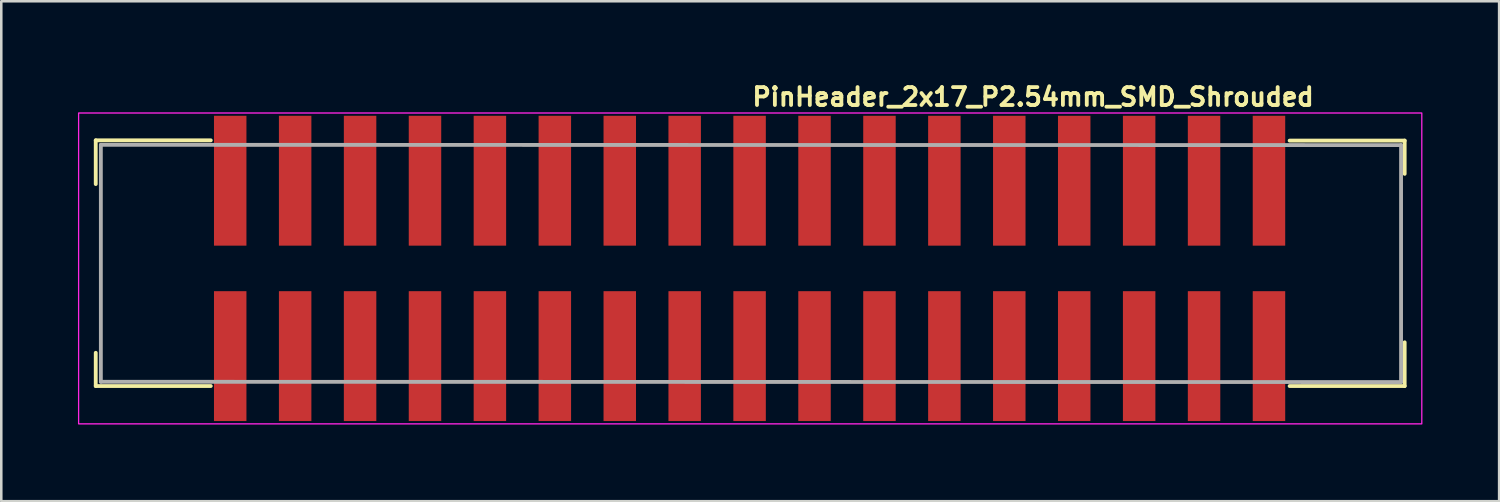
<source format=kicad_pcb>
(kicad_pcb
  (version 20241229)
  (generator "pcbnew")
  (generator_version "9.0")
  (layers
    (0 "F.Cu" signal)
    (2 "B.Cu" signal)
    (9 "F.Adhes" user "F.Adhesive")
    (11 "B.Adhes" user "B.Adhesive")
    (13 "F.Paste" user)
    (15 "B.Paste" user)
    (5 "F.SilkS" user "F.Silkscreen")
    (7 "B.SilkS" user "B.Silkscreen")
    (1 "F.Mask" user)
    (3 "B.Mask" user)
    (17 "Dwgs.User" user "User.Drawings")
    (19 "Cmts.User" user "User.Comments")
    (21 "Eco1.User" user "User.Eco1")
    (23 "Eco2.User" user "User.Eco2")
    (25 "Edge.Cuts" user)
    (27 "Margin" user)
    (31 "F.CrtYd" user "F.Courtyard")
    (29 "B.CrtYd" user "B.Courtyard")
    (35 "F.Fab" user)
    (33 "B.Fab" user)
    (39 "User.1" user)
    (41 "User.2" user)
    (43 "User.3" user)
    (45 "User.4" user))
  (footprint "PinHeader_2x17_P2.54mm_SMD_Shrouded"
    (layer "F.Cu")
    (at 26.295 7.45)
    (property "Reference" "PinHeader_2x17_P2.54mm_SMD_Shrouded" (at 0 -6.3 0) (unlocked yes) (layer "F.SilkS") (effects (font (size 0.7 0.7) (thickness 0.15)) (justify left bottom)))
    (attr smd)
    (fp_line (start -25.6 -3.3) (end -25.6 -5.011) (stroke (width 0.15) (type solid)) (layer "F.SilkS"))
    (fp_line (start -25.6 3.3) (end -25.6 4.6) (stroke (width 0.15) (type solid)) (layer "F.SilkS"))
    (fp_line (start -21.1 -5.011) (end -25.6 -5.011) (stroke (width 0.15) (type solid)) (layer "F.SilkS"))
    (fp_line (start -21.1 4.6) (end -25.6 4.6) (stroke (width 0.15) (type solid)) (layer "F.SilkS"))
    (fp_line (start 21.1 -5) (end 25.6 -5) (stroke (width 0.15) (type solid)) (layer "F.SilkS"))
    (fp_line (start 21.1 4.6) (end 25.6 4.6) (stroke (width 0.15) (type solid)) (layer "F.SilkS"))
    (fp_line (start 25.6 -3.7) (end 25.6 -5) (stroke (width 0.15) (type solid)) (layer "F.SilkS"))
    (fp_line (start 25.6 2.889) (end 25.6 4.6) (stroke (width 0.15) (type solid)) (layer "F.SilkS"))
    (fp_rect (start -26.27 -6.08) (end 26.27 6.08) (stroke (width 0.05) (type solid)) (fill no) (layer "F.CrtYd"))
    (fp_line (start -25.4 -4.835) (end 25.459 -4.824) (stroke (width 0.15) (type solid)) (layer "F.Fab"))
    (fp_line (start -25.4 4.434) (end -25.4 -4.835) (stroke (width 0.15) (type solid)) (layer "F.Fab"))
    (fp_line (start 25.459 -4.824) (end 25.459 4.445) (stroke (width 0.15) (type solid)) (layer "F.Fab"))
    (fp_line (start 25.459 4.445) (end -25.4 4.434) (stroke (width 0.15) (type solid)) (layer "F.Fab"))
    (fp_rect (start -25.273 -4.381) (end 25.273 4.381) (stroke (width 0.1) (type solid)) (fill no) (layer "User.5"))
    (fp_line (start -25.273 -4.381) (end -25.273 4.381) (stroke (width 0.02) (type solid)) (layer "User.9"))
    (fp_line (start -24.257 2.857) (end -24.257 -2.857) (stroke (width 0.02) (type solid)) (layer "User.9"))
    (fp_line (start -24.257 2.857) (end -24.256 2.876) (stroke (width 0.02) (type solid)) (layer "User.9"))
    (fp_line (start -24.256 -2.876) (end -24.257 -2.857) (stroke (width 0.02) (type solid)) (layer "User.9"))
    (fp_line (start -24.256 2.876) (end -24.255 2.895) (stroke (width 0.02) (type solid)) (layer "User.9"))
    (fp_line (start -24.255 -2.895) (end -24.256 -2.876) (stroke (width 0.02) (type solid)) (layer "User.9"))
    (fp_line (start -24.255 2.895) (end -24.252 2.913) (stroke (width 0.02) (type solid)) (layer "User.9"))
    (fp_line (start -24.252 -2.913) (end -24.255 -2.895) (stroke (width 0.02) (type solid)) (layer "User.9"))
    (fp_line (start -24.252 2.913) (end -24.249 2.932) (stroke (width 0.02) (type solid)) (layer "User.9"))
    (fp_line (start -24.249 -2.932) (end -24.252 -2.913) (stroke (width 0.02) (type solid)) (layer "User.9"))
    (fp_line (start -24.249 2.932) (end -24.245 2.95) (stroke (width 0.02) (type solid)) (layer "User.9"))
    (fp_line (start -24.245 -2.95) (end -24.249 -2.932) (stroke (width 0.02) (type solid)) (layer "User.9"))
    (fp_line (start -24.245 2.95) (end -24.24 2.968) (stroke (width 0.02) (type solid)) (layer "User.9"))
    (fp_line (start -24.24 -2.968) (end -24.245 -2.95) (stroke (width 0.02) (type solid)) (layer "User.9"))
    (fp_line (start -24.24 2.968) (end -24.234 2.985) (stroke (width 0.02) (type solid)) (layer "User.9"))
    (fp_line (start -24.234 -2.985) (end -24.24 -2.968) (stroke (width 0.02) (type solid)) (layer "User.9"))
    (fp_line (start -24.234 2.985) (end -24.227 3.003) (stroke (width 0.02) (type solid)) (layer "User.9"))
    (fp_line (start -24.227 -3.003) (end -24.234 -2.985) (stroke (width 0.02) (type solid)) (layer "User.9"))
    (fp_line (start -24.227 3.003) (end -24.22 3.02) (stroke (width 0.02) (type solid)) (layer "User.9"))
    (fp_line (start -24.22 -3.02) (end -24.227 -3.003) (stroke (width 0.02) (type solid)) (layer "User.9"))
    (fp_line (start -24.22 3.02) (end -24.212 3.036) (stroke (width 0.02) (type solid)) (layer "User.9"))
    (fp_line (start -24.212 -3.036) (end -24.22 -3.02) (stroke (width 0.02) (type solid)) (layer "User.9"))
    (fp_line (start -24.212 3.036) (end -24.202 3.053) (stroke (width 0.02) (type solid)) (layer "User.9"))
    (fp_line (start -24.21 -3.039) (end -24.215 -3.03) (stroke (width 0.02) (type solid)) (layer "User.9"))
    (fp_line (start -24.208 3.043) (end -24.215 3.029) (stroke (width 0.02) (type solid)) (layer "User.9"))
    (fp_line (start -24.204 -3.049) (end -24.21 -3.039) (stroke (width 0.02) (type solid)) (layer "User.9"))
    (fp_line (start -24.202 -3.053) (end -24.212 -3.036) (stroke (width 0.02) (type solid)) (layer "User.9"))
    (fp_line (start -24.202 3.053) (end -24.192 3.068) (stroke (width 0.02) (type solid)) (layer "User.9"))
    (fp_line (start -24.2 3.057) (end -24.208 3.043) (stroke (width 0.02) (type solid)) (layer "User.9"))
    (fp_line (start -24.199 -3.058) (end -24.204 -3.049) (stroke (width 0.02) (type solid)) (layer "User.9"))
    (fp_line (start -24.193 -3.067) (end -24.199 -3.058) (stroke (width 0.02) (type solid)) (layer "User.9"))
    (fp_line (start -24.192 -3.068) (end -24.202 -3.053) (stroke (width 0.02) (type solid)) (layer "User.9"))
    (fp_line (start -24.192 3.068) (end -24.182 3.084) (stroke (width 0.02) (type solid)) (layer "User.9"))
    (fp_line (start -24.191 3.07) (end -24.2 3.057) (stroke (width 0.02) (type solid)) (layer "User.9"))
    (fp_line (start -24.187 -3.075) (end -24.193 -3.067) (stroke (width 0.02) (type solid)) (layer "User.9"))
    (fp_line (start -24.182 -3.084) (end -24.192 -3.068) (stroke (width 0.02) (type solid)) (layer "User.9"))
    (fp_line (start -24.182 3.083) (end -24.191 3.07) (stroke (width 0.02) (type solid)) (layer "User.9"))
    (fp_line (start -24.182 3.084) (end -24.17 3.098) (stroke (width 0.02) (type solid)) (layer "User.9"))
    (fp_line (start -24.181 -3.084) (end -24.187 -3.075) (stroke (width 0.02) (type solid)) (layer "User.9"))
    (fp_line (start -24.175 -3.092) (end -24.181 -3.084) (stroke (width 0.02) (type solid)) (layer "User.9"))
    (fp_line (start -24.173 3.095) (end -24.182 3.083) (stroke (width 0.02) (type solid)) (layer "User.9"))
    (fp_line (start -24.17 -3.098) (end -24.182 -3.084) (stroke (width 0.02) (type solid)) (layer "User.9"))
    (fp_line (start -24.17 3.098) (end -24.158 3.113) (stroke (width 0.02) (type solid)) (layer "User.9"))
    (fp_line (start -24.169 -3.1) (end -24.175 -3.092) (stroke (width 0.02) (type solid)) (layer "User.9"))
    (fp_line (start -24.164 3.106) (end -24.173 3.095) (stroke (width 0.02) (type solid)) (layer "User.9"))
    (fp_line (start -24.163 -3.108) (end -24.169 -3.1) (stroke (width 0.02) (type solid)) (layer "User.9"))
    (fp_line (start -24.158 -3.113) (end -24.17 -3.098) (stroke (width 0.02) (type solid)) (layer "User.9"))
    (fp_line (start -24.158 3.113) (end -24.145 3.126) (stroke (width 0.02) (type solid)) (layer "User.9"))
    (fp_line (start -24.156 -3.115) (end -24.163 -3.108) (stroke (width 0.02) (type solid)) (layer "User.9"))
    (fp_line (start -24.154 3.117) (end -24.164 3.106) (stroke (width 0.02) (type solid)) (layer "User.9"))
    (fp_line (start -24.149 -3.122) (end -24.156 -3.115) (stroke (width 0.02) (type solid)) (layer "User.9"))
    (fp_line (start -24.145 -3.126) (end -24.158 -3.113) (stroke (width 0.02) (type solid)) (layer "User.9"))
    (fp_line (start -24.145 -3.126) (end -24.145 -3.126) (stroke (width 0.02) (type solid)) (layer "User.9"))
    (fp_line (start -24.145 3.126) (end -24.145 3.126) (stroke (width 0.02) (type solid)) (layer "User.9"))
    (fp_line (start -24.145 3.126) (end -24.131 3.139) (stroke (width 0.02) (type solid)) (layer "User.9"))
    (fp_line (start -24.144 3.127) (end -24.154 3.117) (stroke (width 0.02) (type solid)) (layer "User.9"))
    (fp_line (start -24.143 -3.129) (end -24.149 -3.122) (stroke (width 0.02) (type solid)) (layer "User.9"))
    (fp_line (start -24.136 -3.136) (end -24.143 -3.129) (stroke (width 0.02) (type solid)) (layer "User.9"))
    (fp_line (start -24.134 3.137) (end -24.144 3.127) (stroke (width 0.02) (type solid)) (layer "User.9"))
    (fp_line (start -24.131 -3.139) (end -24.145 -3.126) (stroke (width 0.02) (type solid)) (layer "User.9"))
    (fp_line (start -24.131 3.139) (end -24.117 3.152) (stroke (width 0.02) (type solid)) (layer "User.9"))
    (fp_line (start -24.129 -3.142) (end -24.136 -3.136) (stroke (width 0.02) (type solid)) (layer "User.9"))
    (fp_line (start -24.123 3.146) (end -24.134 3.137) (stroke (width 0.02) (type solid)) (layer "User.9"))
    (fp_line (start -24.122 -3.148) (end -24.129 -3.142) (stroke (width 0.02) (type solid)) (layer "User.9"))
    (fp_line (start -24.117 -3.152) (end -24.131 -3.139) (stroke (width 0.02) (type solid)) (layer "User.9"))
    (fp_line (start -24.117 3.152) (end -24.102 3.163) (stroke (width 0.02) (type solid)) (layer "User.9"))
    (fp_line (start -24.114 -3.154) (end -24.122 -3.148) (stroke (width 0.02) (type solid)) (layer "User.9"))
    (fp_line (start -24.113 3.155) (end -24.123 3.146) (stroke (width 0.02) (type solid)) (layer "User.9"))
    (fp_line (start -24.102 -3.163) (end -24.117 -3.152) (stroke (width 0.02) (type solid)) (layer "User.9"))
    (fp_line (start -24.102 3.163) (end -24.113 3.155) (stroke (width 0.02) (type solid)) (layer "User.9"))
    (fp_line (start -24.102 3.163) (end -24.087 3.174) (stroke (width 0.02) (type solid)) (layer "User.9"))
    (fp_line (start -24.092 3.171) (end -24.102 3.163) (stroke (width 0.02) (type solid)) (layer "User.9"))
    (fp_line (start -24.087 -3.174) (end -24.102 -3.163) (stroke (width 0.02) (type solid)) (layer "User.9"))
    (fp_line (start -24.087 3.174) (end -24.071 3.184) (stroke (width 0.02) (type solid)) (layer "User.9"))
    (fp_line (start -24.081 3.178) (end -24.092 3.171) (stroke (width 0.02) (type solid)) (layer "User.9"))
    (fp_line (start -24.073 -3.183) (end -24.085 -3.175) (stroke (width 0.02) (type solid)) (layer "User.9"))
    (fp_line (start -24.071 -3.184) (end -24.087 -3.174) (stroke (width 0.02) (type solid)) (layer "User.9"))
    (fp_line (start -24.071 3.184) (end -24.081 3.178) (stroke (width 0.02) (type solid)) (layer "User.9"))
    (fp_line (start -24.071 3.184) (end -24.055 3.193) (stroke (width 0.02) (type solid)) (layer "User.9"))
    (fp_line (start -24.061 3.19) (end -24.071 3.184) (stroke (width 0.02) (type solid)) (layer "User.9"))
    (fp_line (start -24.061 3.19) (end -24.061 3.19) (stroke (width 0.02) (type solid)) (layer "User.9"))
    (fp_line (start -24.06 -3.19) (end -24.073 -3.183) (stroke (width 0.02) (type solid)) (layer "User.9"))
    (fp_line (start -24.055 -3.193) (end -24.071 -3.184) (stroke (width 0.02) (type solid)) (layer "User.9"))
    (fp_line (start -24.055 3.193) (end -24.038 3.201) (stroke (width 0.02) (type solid)) (layer "User.9"))
    (fp_line (start -24.049 3.196) (end -24.061 3.19) (stroke (width 0.02) (type solid)) (layer "User.9"))
    (fp_line (start -24.047 -3.197) (end -24.06 -3.19) (stroke (width 0.02) (type solid)) (layer "User.9"))
    (fp_line (start -24.038 -3.201) (end -24.055 -3.193) (stroke (width 0.02) (type solid)) (layer "User.9"))
    (fp_line (start -24.038 3.201) (end -24.049 3.196) (stroke (width 0.02) (type solid)) (layer "User.9"))
    (fp_line (start -24.038 3.201) (end -24.021 3.209) (stroke (width 0.02) (type solid)) (layer "User.9"))
    (fp_line (start -24.035 -3.203) (end -24.047 -3.197) (stroke (width 0.02) (type solid)) (layer "User.9"))
    (fp_line (start -24.027 3.206) (end -24.038 3.201) (stroke (width 0.02) (type solid)) (layer "User.9"))
    (fp_line (start -24.022 -3.208) (end -24.035 -3.203) (stroke (width 0.02) (type solid)) (layer "User.9"))
    (fp_line (start -24.021 -3.209) (end -24.038 -3.201) (stroke (width 0.02) (type solid)) (layer "User.9"))
    (fp_line (start -24.021 3.209) (end -24.004 3.216) (stroke (width 0.02) (type solid)) (layer "User.9"))
    (fp_line (start -24.016 3.211) (end -24.027 3.206) (stroke (width 0.02) (type solid)) (layer "User.9"))
    (fp_line (start -24.009 -3.213) (end -24.022 -3.208) (stroke (width 0.02) (type solid)) (layer "User.9"))
    (fp_line (start -24.004 -3.216) (end -24.021 -3.209) (stroke (width 0.02) (type solid)) (layer "User.9"))
    (fp_line (start -24.004 3.215) (end -24.016 3.211) (stroke (width 0.02) (type solid)) (layer "User.9"))
    (fp_line (start -24.004 3.216) (end -23.986 3.222) (stroke (width 0.02) (type solid)) (layer "User.9"))
    (fp_line (start -23.996 -3.218) (end -24.009 -3.213) (stroke (width 0.02) (type solid)) (layer "User.9"))
    (fp_line (start -23.993 3.219) (end -24.004 3.215) (stroke (width 0.02) (type solid)) (layer "User.9"))
    (fp_line (start -23.986 -3.222) (end -24.004 -3.216) (stroke (width 0.02) (type solid)) (layer "User.9"))
    (fp_line (start -23.986 3.222) (end -23.968 3.227) (stroke (width 0.02) (type solid)) (layer "User.9"))
    (fp_line (start -23.983 -3.222) (end -23.996 -3.218) (stroke (width 0.02) (type solid)) (layer "User.9"))
    (fp_line (start -23.981 3.223) (end -23.993 3.219) (stroke (width 0.02) (type solid)) (layer "User.9"))
    (fp_line (start -23.97 -3.226) (end -23.983 -3.222) (stroke (width 0.02) (type solid)) (layer "User.9"))
    (fp_line (start -23.97 3.226) (end -23.981 3.223) (stroke (width 0.02) (type solid)) (layer "User.9"))
    (fp_line (start -23.968 -3.227) (end -23.986 -3.222) (stroke (width 0.02) (type solid)) (layer "User.9"))
    (fp_line (start -23.968 3.227) (end -23.95 3.231) (stroke (width 0.02) (type solid)) (layer "User.9"))
    (fp_line (start -23.958 3.229) (end -23.97 3.226) (stroke (width 0.02) (type solid)) (layer "User.9"))
    (fp_line (start -23.957 -3.229) (end -23.97 -3.226) (stroke (width 0.02) (type solid)) (layer "User.9"))
    (fp_line (start -23.95 -3.231) (end -23.968 -3.227) (stroke (width 0.02) (type solid)) (layer "User.9"))
    (fp_line (start -23.95 3.231) (end -23.932 3.234) (stroke (width 0.02) (type solid)) (layer "User.9"))
    (fp_line (start -23.946 3.231) (end -23.958 3.229) (stroke (width 0.02) (type solid)) (layer "User.9"))
    (fp_line (start -23.944 -3.232) (end -23.957 -3.229) (stroke (width 0.02) (type solid)) (layer "User.9"))
    (fp_line (start -23.935 3.233) (end -23.946 3.231) (stroke (width 0.02) (type solid)) (layer "User.9"))
    (fp_line (start -23.932 -3.234) (end -23.95 -3.231) (stroke (width 0.02) (type solid)) (layer "User.9"))
    (fp_line (start -23.932 3.234) (end -23.913 3.236) (stroke (width 0.02) (type solid)) (layer "User.9"))
    (fp_line (start -23.93 -3.234) (end -23.944 -3.232) (stroke (width 0.02) (type solid)) (layer "User.9"))
    (fp_line (start -23.923 3.235) (end -23.935 3.233) (stroke (width 0.02) (type solid)) (layer "User.9"))
    (fp_line (start -23.917 -3.236) (end -23.93 -3.234) (stroke (width 0.02) (type solid)) (layer "User.9"))
    (fp_line (start -23.913 -3.236) (end -23.932 -3.234) (stroke (width 0.02) (type solid)) (layer "User.9"))
    (fp_line (start -23.913 3.236) (end -23.894 3.238) (stroke (width 0.02) (type solid)) (layer "User.9"))
    (fp_line (start -23.911 3.236) (end -23.923 3.235) (stroke (width 0.02) (type solid)) (layer "User.9"))
    (fp_line (start -23.903 -3.237) (end -23.917 -3.236) (stroke (width 0.02) (type solid)) (layer "User.9"))
    (fp_line (start -23.899 3.237) (end -23.911 3.236) (stroke (width 0.02) (type solid)) (layer "User.9"))
    (fp_line (start -23.894 -3.238) (end -23.913 -3.236) (stroke (width 0.02) (type solid)) (layer "User.9"))
    (fp_line (start -23.894 3.238) (end -23.875 3.238) (stroke (width 0.02) (type solid)) (layer "User.9"))
    (fp_line (start -23.889 -3.238) (end -23.903 -3.237) (stroke (width 0.02) (type solid)) (layer "User.9"))
    (fp_line (start -23.887 3.238) (end -23.899 3.237) (stroke (width 0.02) (type solid)) (layer "User.9"))
    (fp_line (start -23.875 -3.238) (end -23.894 -3.238) (stroke (width 0.02) (type solid)) (layer "User.9"))
    (fp_line (start -23.875 -3.238) (end -23.889 -3.238) (stroke (width 0.02) (type solid)) (layer "User.9"))
    (fp_line (start -23.875 -3.238) (end 23.875 -3.238) (stroke (width 0.02) (type solid)) (layer "User.9"))
    (fp_line (start -23.875 3.238) (end -23.887 3.238) (stroke (width 0.02) (type solid)) (layer "User.9"))
    (fp_line (start -20.637 -1.587) (end -20.002 -1.587) (stroke (width 0.02) (type solid)) (layer "User.9"))
    (fp_line (start -20.637 -0.952) (end -20.637 -1.587) (stroke (width 0.02) (type solid)) (layer "User.9"))
    (fp_line (start -20.637 0.952) (end -20.451 1.138) (stroke (width 0.02) (type solid)) (layer "User.9"))
    (fp_line (start -20.637 0.952) (end -20.002 0.952) (stroke (width 0.02) (type solid)) (layer "User.9"))
    (fp_line (start -20.637 1.587) (end -20.637 0.952) (stroke (width 0.02) (type solid)) (layer "User.9"))
    (fp_line (start -20.637 1.587) (end -20.451 1.401) (stroke (width 0.02) (type solid)) (layer "User.9"))
    (fp_line (start -20.451 -1.401) (end -20.637 -1.587) (stroke (width 0.02) (type solid)) (layer "User.9"))
    (fp_line (start -20.451 -1.138) (end -20.637 -0.952) (stroke (width 0.02) (type solid)) (layer "User.9"))
    (fp_line (start -20.451 -1.138) (end -20.451 -1.401) (stroke (width 0.02) (type solid)) (layer "User.9"))
    (fp_line (start -20.451 1.138) (end -20.451 1.401) (stroke (width 0.02) (type solid)) (layer "User.9"))
    (fp_line (start -20.451 1.138) (end -20.188 1.138) (stroke (width 0.02) (type solid)) (layer "User.9"))
    (fp_line (start -20.451 1.401) (end -20.188 1.401) (stroke (width 0.02) (type solid)) (layer "User.9"))
    (fp_line (start -20.188 -1.401) (end -20.451 -1.401) (stroke (width 0.02) (type solid)) (layer "User.9"))
    (fp_line (start -20.188 -1.138) (end -20.451 -1.138) (stroke (width 0.02) (type solid)) (layer "User.9"))
    (fp_line (start -20.188 -1.138) (end -20.188 -1.401) (stroke (width 0.02) (type solid)) (layer "User.9"))
    (fp_line (start -20.188 1.138) (end -20.188 1.401) (stroke (width 0.02) (type solid)) (layer "User.9"))
    (fp_line (start -20.188 1.138) (end -20.002 0.952) (stroke (width 0.02) (type solid)) (layer "User.9"))
    (fp_line (start -20.188 1.401) (end -20.002 1.587) (stroke (width 0.02) (type solid)) (layer "User.9"))
    (fp_line (start -20.002 -1.587) (end -20.188 -1.401) (stroke (width 0.02) (type solid)) (layer "User.9"))
    (fp_line (start -20.002 -1.587) (end -20.002 -0.952) (stroke (width 0.02) (type solid)) (layer "User.9"))
    (fp_line (start -20.002 -0.952) (end -20.637 -0.952) (stroke (width 0.02) (type solid)) (layer "User.9"))
    (fp_line (start -20.002 -0.952) (end -20.188 -1.138) (stroke (width 0.02) (type solid)) (layer "User.9"))
    (fp_line (start -20.002 0.952) (end -20.002 1.587) (stroke (width 0.02) (type solid)) (layer "User.9"))
    (fp_line (start -20.002 1.587) (end -20.637 1.587) (stroke (width 0.02) (type solid)) (layer "User.9"))
    (fp_line (start -18.097 -1.587) (end -17.462 -1.587) (stroke (width 0.02) (type solid)) (layer "User.9"))
    (fp_line (start -18.097 -0.952) (end -18.097 -1.587) (stroke (width 0.02) (type solid)) (layer "User.9"))
    (fp_line (start -18.097 0.952) (end -17.911 1.138) (stroke (width 0.02) (type solid)) (layer "User.9"))
    (fp_line (start -18.097 0.952) (end -17.462 0.952) (stroke (width 0.02) (type solid)) (layer "User.9"))
    (fp_line (start -18.097 1.587) (end -18.097 0.952) (stroke (width 0.02) (type solid)) (layer "User.9"))
    (fp_line (start -18.097 1.587) (end -17.911 1.401) (stroke (width 0.02) (type solid)) (layer "User.9"))
    (fp_line (start -17.911 -1.401) (end -18.097 -1.587) (stroke (width 0.02) (type solid)) (layer "User.9"))
    (fp_line (start -17.911 -1.138) (end -18.097 -0.952) (stroke (width 0.02) (type solid)) (layer "User.9"))
    (fp_line (start -17.911 -1.138) (end -17.911 -1.401) (stroke (width 0.02) (type solid)) (layer "User.9"))
    (fp_line (start -17.911 1.138) (end -17.911 1.401) (stroke (width 0.02) (type solid)) (layer "User.9"))
    (fp_line (start -17.911 1.138) (end -17.648 1.138) (stroke (width 0.02) (type solid)) (layer "User.9"))
    (fp_line (start -17.911 1.401) (end -17.648 1.401) (stroke (width 0.02) (type solid)) (layer "User.9"))
    (fp_line (start -17.648 -1.401) (end -17.911 -1.401) (stroke (width 0.02) (type solid)) (layer "User.9"))
    (fp_line (start -17.648 -1.138) (end -17.911 -1.138) (stroke (width 0.02) (type solid)) (layer "User.9"))
    (fp_line (start -17.648 -1.138) (end -17.648 -1.401) (stroke (width 0.02) (type solid)) (layer "User.9"))
    (fp_line (start -17.648 1.138) (end -17.648 1.401) (stroke (width 0.02) (type solid)) (layer "User.9"))
    (fp_line (start -17.648 1.138) (end -17.462 0.952) (stroke (width 0.02) (type solid)) (layer "User.9"))
    (fp_line (start -17.648 1.401) (end -17.462 1.587) (stroke (width 0.02) (type solid)) (layer "User.9"))
    (fp_line (start -17.462 -1.587) (end -17.648 -1.401) (stroke (width 0.02) (type solid)) (layer "User.9"))
    (fp_line (start -17.462 -1.587) (end -17.462 -0.952) (stroke (width 0.02) (type solid)) (layer "User.9"))
    (fp_line (start -17.462 -0.952) (end -18.097 -0.952) (stroke (width 0.02) (type solid)) (layer "User.9"))
    (fp_line (start -17.462 -0.952) (end -17.648 -1.138) (stroke (width 0.02) (type solid)) (layer "User.9"))
    (fp_line (start -17.462 0.952) (end -17.462 1.587) (stroke (width 0.02) (type solid)) (layer "User.9"))
    (fp_line (start -17.462 1.587) (end -18.097 1.587) (stroke (width 0.02) (type solid)) (layer "User.9"))
    (fp_line (start -15.557 -1.587) (end -14.922 -1.587) (stroke (width 0.02) (type solid)) (layer "User.9"))
    (fp_line (start -15.557 -0.952) (end -15.557 -1.587) (stroke (width 0.02) (type solid)) (layer "User.9"))
    (fp_line (start -15.557 0.952) (end -15.371 1.138) (stroke (width 0.02) (type solid)) (layer "User.9"))
    (fp_line (start -15.557 0.952) (end -14.922 0.952) (stroke (width 0.02) (type solid)) (layer "User.9"))
    (fp_line (start -15.557 1.587) (end -15.557 0.952) (stroke (width 0.02) (type solid)) (layer "User.9"))
    (fp_line (start -15.557 1.587) (end -15.371 1.401) (stroke (width 0.02) (type solid)) (layer "User.9"))
    (fp_line (start -15.371 -1.401) (end -15.557 -1.587) (stroke (width 0.02) (type solid)) (layer "User.9"))
    (fp_line (start -15.371 -1.138) (end -15.557 -0.952) (stroke (width 0.02) (type solid)) (layer "User.9"))
    (fp_line (start -15.371 -1.138) (end -15.371 -1.401) (stroke (width 0.02) (type solid)) (layer "User.9"))
    (fp_line (start -15.371 1.138) (end -15.371 1.401) (stroke (width 0.02) (type solid)) (layer "User.9"))
    (fp_line (start -15.371 1.138) (end -15.108 1.138) (stroke (width 0.02) (type solid)) (layer "User.9"))
    (fp_line (start -15.371 1.401) (end -15.108 1.401) (stroke (width 0.02) (type solid)) (layer "User.9"))
    (fp_line (start -15.108 -1.401) (end -15.371 -1.401) (stroke (width 0.02) (type solid)) (layer "User.9"))
    (fp_line (start -15.108 -1.138) (end -15.371 -1.138) (stroke (width 0.02) (type solid)) (layer "User.9"))
    (fp_line (start -15.108 -1.138) (end -15.108 -1.401) (stroke (width 0.02) (type solid)) (layer "User.9"))
    (fp_line (start -15.108 1.138) (end -15.108 1.401) (stroke (width 0.02) (type solid)) (layer "User.9"))
    (fp_line (start -15.108 1.138) (end -14.922 0.952) (stroke (width 0.02) (type solid)) (layer "User.9"))
    (fp_line (start -15.108 1.401) (end -14.922 1.587) (stroke (width 0.02) (type solid)) (layer "User.9"))
    (fp_line (start -14.922 -1.587) (end -15.108 -1.401) (stroke (width 0.02) (type solid)) (layer "User.9"))
    (fp_line (start -14.922 -1.587) (end -14.922 -0.952) (stroke (width 0.02) (type solid)) (layer "User.9"))
    (fp_line (start -14.922 -0.952) (end -15.557 -0.952) (stroke (width 0.02) (type solid)) (layer "User.9"))
    (fp_line (start -14.922 -0.952) (end -15.108 -1.138) (stroke (width 0.02) (type solid)) (layer "User.9"))
    (fp_line (start -14.922 0.952) (end -14.922 1.587) (stroke (width 0.02) (type solid)) (layer "User.9"))
    (fp_line (start -14.922 1.587) (end -15.557 1.587) (stroke (width 0.02) (type solid)) (layer "User.9"))
    (fp_line (start -13.017 -1.587) (end -12.382 -1.587) (stroke (width 0.02) (type solid)) (layer "User.9"))
    (fp_line (start -13.017 -0.952) (end -13.017 -1.587) (stroke (width 0.02) (type solid)) (layer "User.9"))
    (fp_line (start -13.017 0.952) (end -12.831 1.138) (stroke (width 0.02) (type solid)) (layer "User.9"))
    (fp_line (start -13.017 0.952) (end -12.382 0.952) (stroke (width 0.02) (type solid)) (layer "User.9"))
    (fp_line (start -13.017 1.587) (end -13.017 0.952) (stroke (width 0.02) (type solid)) (layer "User.9"))
    (fp_line (start -13.017 1.587) (end -12.831 1.401) (stroke (width 0.02) (type solid)) (layer "User.9"))
    (fp_line (start -12.831 -1.401) (end -13.017 -1.587) (stroke (width 0.02) (type solid)) (layer "User.9"))
    (fp_line (start -12.831 -1.138) (end -13.017 -0.952) (stroke (width 0.02) (type solid)) (layer "User.9"))
    (fp_line (start -12.831 -1.138) (end -12.831 -1.401) (stroke (width 0.02) (type solid)) (layer "User.9"))
    (fp_line (start -12.831 1.138) (end -12.831 1.401) (stroke (width 0.02) (type solid)) (layer "User.9"))
    (fp_line (start -12.831 1.138) (end -12.568 1.138) (stroke (width 0.02) (type solid)) (layer "User.9"))
    (fp_line (start -12.831 1.401) (end -12.568 1.401) (stroke (width 0.02) (type solid)) (layer "User.9"))
    (fp_line (start -12.568 -1.401) (end -12.831 -1.401) (stroke (width 0.02) (type solid)) (layer "User.9"))
    (fp_line (start -12.568 -1.138) (end -12.831 -1.138) (stroke (width 0.02) (type solid)) (layer "User.9"))
    (fp_line (start -12.568 -1.138) (end -12.568 -1.401) (stroke (width 0.02) (type solid)) (layer "User.9"))
    (fp_line (start -12.568 1.138) (end -12.568 1.401) (stroke (width 0.02) (type solid)) (layer "User.9"))
    (fp_line (start -12.568 1.138) (end -12.382 0.952) (stroke (width 0.02) (type solid)) (layer "User.9"))
    (fp_line (start -12.568 1.401) (end -12.382 1.587) (stroke (width 0.02) (type solid)) (layer "User.9"))
    (fp_line (start -12.382 -1.587) (end -12.568 -1.401) (stroke (width 0.02) (type solid)) (layer "User.9"))
    (fp_line (start -12.382 -1.587) (end -12.382 -0.952) (stroke (width 0.02) (type solid)) (layer "User.9"))
    (fp_line (start -12.382 -0.952) (end -13.017 -0.952) (stroke (width 0.02) (type solid)) (layer "User.9"))
    (fp_line (start -12.382 -0.952) (end -12.568 -1.138) (stroke (width 0.02) (type solid)) (layer "User.9"))
    (fp_line (start -12.382 0.952) (end -12.382 1.587) (stroke (width 0.02) (type solid)) (layer "User.9"))
    (fp_line (start -12.382 1.587) (end -13.017 1.587) (stroke (width 0.02) (type solid)) (layer "User.9"))
    (fp_line (start -10.477 -1.587) (end -9.842 -1.587) (stroke (width 0.02) (type solid)) (layer "User.9"))
    (fp_line (start -10.477 -0.952) (end -10.477 -1.587) (stroke (width 0.02) (type solid)) (layer "User.9"))
    (fp_line (start -10.477 0.952) (end -10.291 1.138) (stroke (width 0.02) (type solid)) (layer "User.9"))
    (fp_line (start -10.477 0.952) (end -9.842 0.952) (stroke (width 0.02) (type solid)) (layer "User.9"))
    (fp_line (start -10.477 1.587) (end -10.477 0.952) (stroke (width 0.02) (type solid)) (layer "User.9"))
    (fp_line (start -10.477 1.587) (end -10.291 1.401) (stroke (width 0.02) (type solid)) (layer "User.9"))
    (fp_line (start -10.291 -1.401) (end -10.477 -1.587) (stroke (width 0.02) (type solid)) (layer "User.9"))
    (fp_line (start -10.291 -1.138) (end -10.477 -0.952) (stroke (width 0.02) (type solid)) (layer "User.9"))
    (fp_line (start -10.291 -1.138) (end -10.291 -1.401) (stroke (width 0.02) (type solid)) (layer "User.9"))
    (fp_line (start -10.291 1.138) (end -10.291 1.401) (stroke (width 0.02) (type solid)) (layer "User.9"))
    (fp_line (start -10.291 1.138) (end -10.028 1.138) (stroke (width 0.02) (type solid)) (layer "User.9"))
    (fp_line (start -10.291 1.401) (end -10.028 1.401) (stroke (width 0.02) (type solid)) (layer "User.9"))
    (fp_line (start -10.028 -1.401) (end -10.291 -1.401) (stroke (width 0.02) (type solid)) (layer "User.9"))
    (fp_line (start -10.028 -1.138) (end -10.291 -1.138) (stroke (width 0.02) (type solid)) (layer "User.9"))
    (fp_line (start -10.028 -1.138) (end -10.028 -1.401) (stroke (width 0.02) (type solid)) (layer "User.9"))
    (fp_line (start -10.028 1.138) (end -10.028 1.401) (stroke (width 0.02) (type solid)) (layer "User.9"))
    (fp_line (start -10.028 1.138) (end -9.842 0.952) (stroke (width 0.02) (type solid)) (layer "User.9"))
    (fp_line (start -10.028 1.401) (end -9.842 1.587) (stroke (width 0.02) (type solid)) (layer "User.9"))
    (fp_line (start -9.842 -1.587) (end -10.028 -1.401) (stroke (width 0.02) (type solid)) (layer "User.9"))
    (fp_line (start -9.842 -1.587) (end -9.842 -0.952) (stroke (width 0.02) (type solid)) (layer "User.9"))
    (fp_line (start -9.842 -0.952) (end -10.477 -0.952) (stroke (width 0.02) (type solid)) (layer "User.9"))
    (fp_line (start -9.842 -0.952) (end -10.028 -1.138) (stroke (width 0.02) (type solid)) (layer "User.9"))
    (fp_line (start -9.842 0.952) (end -9.842 1.587) (stroke (width 0.02) (type solid)) (layer "User.9"))
    (fp_line (start -9.842 1.587) (end -10.477 1.587) (stroke (width 0.02) (type solid)) (layer "User.9"))
    (fp_line (start -7.937 -1.587) (end -7.302 -1.587) (stroke (width 0.02) (type solid)) (layer "User.9"))
    (fp_line (start -7.937 -0.952) (end -7.937 -1.587) (stroke (width 0.02) (type solid)) (layer "User.9"))
    (fp_line (start -7.937 0.952) (end -7.751 1.138) (stroke (width 0.02) (type solid)) (layer "User.9"))
    (fp_line (start -7.937 0.952) (end -7.302 0.952) (stroke (width 0.02) (type solid)) (layer "User.9"))
    (fp_line (start -7.937 1.587) (end -7.937 0.952) (stroke (width 0.02) (type solid)) (layer "User.9"))
    (fp_line (start -7.937 1.587) (end -7.751 1.401) (stroke (width 0.02) (type solid)) (layer "User.9"))
    (fp_line (start -7.751 -1.401) (end -7.937 -1.587) (stroke (width 0.02) (type solid)) (layer "User.9"))
    (fp_line (start -7.751 -1.138) (end -7.937 -0.952) (stroke (width 0.02) (type solid)) (layer "User.9"))
    (fp_line (start -7.751 -1.138) (end -7.751 -1.401) (stroke (width 0.02) (type solid)) (layer "User.9"))
    (fp_line (start -7.751 1.138) (end -7.751 1.401) (stroke (width 0.02) (type solid)) (layer "User.9"))
    (fp_line (start -7.751 1.138) (end -7.488 1.138) (stroke (width 0.02) (type solid)) (layer "User.9"))
    (fp_line (start -7.751 1.401) (end -7.488 1.401) (stroke (width 0.02) (type solid)) (layer "User.9"))
    (fp_line (start -7.488 -1.401) (end -7.751 -1.401) (stroke (width 0.02) (type solid)) (layer "User.9"))
    (fp_line (start -7.488 -1.138) (end -7.751 -1.138) (stroke (width 0.02) (type solid)) (layer "User.9"))
    (fp_line (start -7.488 -1.138) (end -7.488 -1.401) (stroke (width 0.02) (type solid)) (layer "User.9"))
    (fp_line (start -7.488 1.138) (end -7.488 1.401) (stroke (width 0.02) (type solid)) (layer "User.9"))
    (fp_line (start -7.488 1.138) (end -7.302 0.952) (stroke (width 0.02) (type solid)) (layer "User.9"))
    (fp_line (start -7.488 1.401) (end -7.302 1.587) (stroke (width 0.02) (type solid)) (layer "User.9"))
    (fp_line (start -7.302 -1.587) (end -7.488 -1.401) (stroke (width 0.02) (type solid)) (layer "User.9"))
    (fp_line (start -7.302 -1.587) (end -7.302 -0.952) (stroke (width 0.02) (type solid)) (layer "User.9"))
    (fp_line (start -7.302 -0.952) (end -7.937 -0.952) (stroke (width 0.02) (type solid)) (layer "User.9"))
    (fp_line (start -7.302 -0.952) (end -7.488 -1.138) (stroke (width 0.02) (type solid)) (layer "User.9"))
    (fp_line (start -7.302 0.952) (end -7.302 1.587) (stroke (width 0.02) (type solid)) (layer "User.9"))
    (fp_line (start -7.302 1.587) (end -7.937 1.587) (stroke (width 0.02) (type solid)) (layer "User.9"))
    (fp_line (start -5.397 -1.587) (end -4.762 -1.587) (stroke (width 0.02) (type solid)) (layer "User.9"))
    (fp_line (start -5.397 -0.952) (end -5.397 -1.587) (stroke (width 0.02) (type solid)) (layer "User.9"))
    (fp_line (start -5.397 0.952) (end -5.211 1.138) (stroke (width 0.02) (type solid)) (layer "User.9"))
    (fp_line (start -5.397 0.952) (end -4.762 0.952) (stroke (width 0.02) (type solid)) (layer "User.9"))
    (fp_line (start -5.397 1.587) (end -5.397 0.952) (stroke (width 0.02) (type solid)) (layer "User.9"))
    (fp_line (start -5.397 1.587) (end -5.211 1.401) (stroke (width 0.02) (type solid)) (layer "User.9"))
    (fp_line (start -5.211 -1.401) (end -5.397 -1.587) (stroke (width 0.02) (type solid)) (layer "User.9"))
    (fp_line (start -5.211 -1.138) (end -5.397 -0.952) (stroke (width 0.02) (type solid)) (layer "User.9"))
    (fp_line (start -5.211 -1.138) (end -5.211 -1.401) (stroke (width 0.02) (type solid)) (layer "User.9"))
    (fp_line (start -5.211 1.138) (end -5.211 1.401) (stroke (width 0.02) (type solid)) (layer "User.9"))
    (fp_line (start -5.211 1.138) (end -4.948 1.138) (stroke (width 0.02) (type solid)) (layer "User.9"))
    (fp_line (start -5.211 1.401) (end -4.948 1.401) (stroke (width 0.02) (type solid)) (layer "User.9"))
    (fp_line (start -4.948 -1.401) (end -5.211 -1.401) (stroke (width 0.02) (type solid)) (layer "User.9"))
    (fp_line (start -4.948 -1.138) (end -5.211 -1.138) (stroke (width 0.02) (type solid)) (layer "User.9"))
    (fp_line (start -4.948 -1.138) (end -4.948 -1.401) (stroke (width 0.02) (type solid)) (layer "User.9"))
    (fp_line (start -4.948 1.138) (end -4.948 1.401) (stroke (width 0.02) (type solid)) (layer "User.9"))
    (fp_line (start -4.948 1.138) (end -4.762 0.952) (stroke (width 0.02) (type solid)) (layer "User.9"))
    (fp_line (start -4.948 1.401) (end -4.762 1.587) (stroke (width 0.02) (type solid)) (layer "User.9"))
    (fp_line (start -4.762 -1.587) (end -4.948 -1.401) (stroke (width 0.02) (type solid)) (layer "User.9"))
    (fp_line (start -4.762 -1.587) (end -4.762 -0.952) (stroke (width 0.02) (type solid)) (layer "User.9"))
    (fp_line (start -4.762 -0.952) (end -5.397 -0.952) (stroke (width 0.02) (type solid)) (layer "User.9"))
    (fp_line (start -4.762 -0.952) (end -4.948 -1.138) (stroke (width 0.02) (type solid)) (layer "User.9"))
    (fp_line (start -4.762 0.952) (end -4.762 1.587) (stroke (width 0.02) (type solid)) (layer "User.9"))
    (fp_line (start -4.762 1.587) (end -5.397 1.587) (stroke (width 0.02) (type solid)) (layer "User.9"))
    (fp_line (start -2.857 -1.587) (end -2.222 -1.587) (stroke (width 0.02) (type solid)) (layer "User.9"))
    (fp_line (start -2.857 -0.952) (end -2.857 -1.587) (stroke (width 0.02) (type solid)) (layer "User.9"))
    (fp_line (start -2.857 0.952) (end -2.671 1.138) (stroke (width 0.02) (type solid)) (layer "User.9"))
    (fp_line (start -2.857 0.952) (end -2.222 0.952) (stroke (width 0.02) (type solid)) (layer "User.9"))
    (fp_line (start -2.857 1.587) (end -2.857 0.952) (stroke (width 0.02) (type solid)) (layer "User.9"))
    (fp_line (start -2.857 1.587) (end -2.671 1.401) (stroke (width 0.02) (type solid)) (layer "User.9"))
    (fp_line (start -2.671 -1.401) (end -2.857 -1.587) (stroke (width 0.02) (type solid)) (layer "User.9"))
    (fp_line (start -2.671 -1.138) (end -2.857 -0.952) (stroke (width 0.02) (type solid)) (layer "User.9"))
    (fp_line (start -2.671 -1.138) (end -2.671 -1.401) (stroke (width 0.02) (type solid)) (layer "User.9"))
    (fp_line (start -2.671 1.138) (end -2.671 1.401) (stroke (width 0.02) (type solid)) (layer "User.9"))
    (fp_line (start -2.671 1.138) (end -2.408 1.138) (stroke (width 0.02) (type solid)) (layer "User.9"))
    (fp_line (start -2.671 1.401) (end -2.408 1.401) (stroke (width 0.02) (type solid)) (layer "User.9"))
    (fp_line (start -2.54 3.238) (end -23.875 3.238) (stroke (width 0.02) (type solid)) (layer "User.9"))
    (fp_line (start -2.54 3.238) (end -2.54 4.381) (stroke (width 0.02) (type solid)) (layer "User.9"))
    (fp_line (start -2.54 4.381) (end -25.273 4.381) (stroke (width 0.02) (type solid)) (layer "User.9"))
    (fp_line (start -2.54 4.381) (end -2.391 4.381) (stroke (width 0.02) (type solid)) (layer "User.9"))
    (fp_line (start -2.408 -1.401) (end -2.671 -1.401) (stroke (width 0.02) (type solid)) (layer "User.9"))
    (fp_line (start -2.408 -1.138) (end -2.671 -1.138) (stroke (width 0.02) (type solid)) (layer "User.9"))
    (fp_line (start -2.408 -1.138) (end -2.408 -1.401) (stroke (width 0.02) (type solid)) (layer "User.9"))
    (fp_line (start -2.408 1.138) (end -2.408 1.401) (stroke (width 0.02) (type solid)) (layer "User.9"))
    (fp_line (start -2.408 1.138) (end -2.222 0.952) (stroke (width 0.02) (type solid)) (layer "User.9"))
    (fp_line (start -2.408 1.401) (end -2.222 1.587) (stroke (width 0.02) (type solid)) (layer "User.9"))
    (fp_line (start -2.391 4.381) (end -2.391 4.381) (stroke (width 0.02) (type solid)) (layer "User.9"))
    (fp_line (start -2.391 4.381) (end -2.032 4.381) (stroke (width 0.02) (type solid)) (layer "User.9"))
    (fp_line (start -2.222 -1.587) (end -2.408 -1.401) (stroke (width 0.02) (type solid)) (layer "User.9"))
    (fp_line (start -2.222 -1.587) (end -2.222 -0.952) (stroke (width 0.02) (type solid)) (layer "User.9"))
    (fp_line (start -2.222 -0.952) (end -2.857 -0.952) (stroke (width 0.02) (type solid)) (layer "User.9"))
    (fp_line (start -2.222 -0.952) (end -2.408 -1.138) (stroke (width 0.02) (type solid)) (layer "User.9"))
    (fp_line (start -2.222 0.952) (end -2.222 1.587) (stroke (width 0.02) (type solid)) (layer "User.9"))
    (fp_line (start -2.222 1.587) (end -2.857 1.587) (stroke (width 0.02) (type solid)) (layer "User.9"))
    (fp_line (start -0.317 -1.587) (end 0.317 -1.587) (stroke (width 0.02) (type solid)) (layer "User.9"))
    (fp_line (start -0.317 -0.952) (end -0.317 -1.587) (stroke (width 0.02) (type solid)) (layer "User.9"))
    (fp_line (start -0.317 0.952) (end -0.131 1.138) (stroke (width 0.02) (type solid)) (layer "User.9"))
    (fp_line (start -0.317 0.952) (end 0.317 0.952) (stroke (width 0.02) (type solid)) (layer "User.9"))
    (fp_line (start -0.317 1.587) (end -0.317 0.952) (stroke (width 0.02) (type solid)) (layer "User.9"))
    (fp_line (start -0.317 1.587) (end -0.131 1.401) (stroke (width 0.02) (type solid)) (layer "User.9"))
    (fp_line (start -0.131 -1.401) (end -0.317 -1.587) (stroke (width 0.02) (type solid)) (layer "User.9"))
    (fp_line (start -0.131 -1.138) (end -0.317 -0.952) (stroke (width 0.02) (type solid)) (layer "User.9"))
    (fp_line (start -0.131 -1.138) (end -0.131 -1.401) (stroke (width 0.02) (type solid)) (layer "User.9"))
    (fp_line (start -0.131 1.138) (end -0.131 1.401) (stroke (width 0.02) (type solid)) (layer "User.9"))
    (fp_line (start -0.131 1.138) (end 0.131 1.138) (stroke (width 0.02) (type solid)) (layer "User.9"))
    (fp_line (start -0.131 1.401) (end 0.131 1.401) (stroke (width 0.02) (type solid)) (layer "User.9"))
    (fp_line (start 0.131 -1.401) (end -0.131 -1.401) (stroke (width 0.02) (type solid)) (layer "User.9"))
    (fp_line (start 0.131 -1.138) (end -0.131 -1.138) (stroke (width 0.02) (type solid)) (layer "User.9"))
    (fp_line (start 0.131 -1.138) (end 0.131 -1.401) (stroke (width 0.02) (type solid)) (layer "User.9"))
    (fp_line (start 0.131 1.138) (end 0.131 1.401) (stroke (width 0.02) (type solid)) (layer "User.9"))
    (fp_line (start 0.131 1.138) (end 0.317 0.952) (stroke (width 0.02) (type solid)) (layer "User.9"))
    (fp_line (start 0.131 1.401) (end 0.317 1.587) (stroke (width 0.02) (type solid)) (layer "User.9"))
    (fp_line (start 0.317 -1.587) (end 0.131 -1.401) (stroke (width 0.02) (type solid)) (layer "User.9"))
    (fp_line (start 0.317 -1.587) (end 0.317 -0.952) (stroke (width 0.02) (type solid)) (layer "User.9"))
    (fp_line (start 0.317 -0.952) (end -0.317 -0.952) (stroke (width 0.02) (type solid)) (layer "User.9"))
    (fp_line (start 0.317 -0.952) (end 0.131 -1.138) (stroke (width 0.02) (type solid)) (layer "User.9"))
    (fp_line (start 0.317 0.952) (end 0.317 1.587) (stroke (width 0.02) (type solid)) (layer "User.9"))
    (fp_line (start 0.317 1.587) (end -0.317 1.587) (stroke (width 0.02) (type solid)) (layer "User.9"))
    (fp_line (start 2.032 4.381) (end -2.032 4.381) (stroke (width 0.02) (type solid)) (layer "User.9"))
    (fp_line (start 2.032 4.381) (end 2.391 4.381) (stroke (width 0.02) (type solid)) (layer "User.9"))
    (fp_line (start 2.222 -1.587) (end 2.857 -1.587) (stroke (width 0.02) (type solid)) (layer "User.9"))
    (fp_line (start 2.222 -0.952) (end 2.222 -1.587) (stroke (width 0.02) (type solid)) (layer "User.9"))
    (fp_line (start 2.222 0.952) (end 2.408 1.138) (stroke (width 0.02) (type solid)) (layer "User.9"))
    (fp_line (start 2.222 0.952) (end 2.857 0.952) (stroke (width 0.02) (type solid)) (layer "User.9"))
    (fp_line (start 2.222 1.587) (end 2.222 0.952) (stroke (width 0.02) (type solid)) (layer "User.9"))
    (fp_line (start 2.222 1.587) (end 2.408 1.401) (stroke (width 0.02) (type solid)) (layer "User.9"))
    (fp_line (start 2.391 4.381) (end 2.391 4.381) (stroke (width 0.02) (type solid)) (layer "User.9"))
    (fp_line (start 2.391 4.381) (end 2.54 4.381) (stroke (width 0.02) (type solid)) (layer "User.9"))
    (fp_line (start 2.408 -1.401) (end 2.222 -1.587) (stroke (width 0.02) (type solid)) (layer "User.9"))
    (fp_line (start 2.408 -1.138) (end 2.222 -0.952) (stroke (width 0.02) (type solid)) (layer "User.9"))
    (fp_line (start 2.408 -1.138) (end 2.408 -1.401) (stroke (width 0.02) (type solid)) (layer "User.9"))
    (fp_line (start 2.408 1.138) (end 2.408 1.401) (stroke (width 0.02) (type solid)) (layer "User.9"))
    (fp_line (start 2.408 1.138) (end 2.671 1.138) (stroke (width 0.02) (type solid)) (layer "User.9"))
    (fp_line (start 2.408 1.401) (end 2.671 1.401) (stroke (width 0.02) (type solid)) (layer "User.9"))
    (fp_line (start 2.54 3.238) (end -2.54 3.238) (stroke (width 0.02) (type solid)) (layer "User.9"))
    (fp_line (start 2.54 3.238) (end 2.54 4.381) (stroke (width 0.02) (type solid)) (layer "User.9"))
    (fp_line (start 2.671 -1.401) (end 2.408 -1.401) (stroke (width 0.02) (type solid)) (layer "User.9"))
    (fp_line (start 2.671 -1.138) (end 2.408 -1.138) (stroke (width 0.02) (type solid)) (layer "User.9"))
    (fp_line (start 2.671 -1.138) (end 2.671 -1.401) (stroke (width 0.02) (type solid)) (layer "User.9"))
    (fp_line (start 2.671 1.138) (end 2.671 1.401) (stroke (width 0.02) (type solid)) (layer "User.9"))
    (fp_line (start 2.671 1.138) (end 2.857 0.952) (stroke (width 0.02) (type solid)) (layer "User.9"))
    (fp_line (start 2.671 1.401) (end 2.857 1.587) (stroke (width 0.02) (type solid)) (layer "User.9"))
    (fp_line (start 2.857 -1.587) (end 2.671 -1.401) (stroke (width 0.02) (type solid)) (layer "User.9"))
    (fp_line (start 2.857 -1.587) (end 2.857 -0.952) (stroke (width 0.02) (type solid)) (layer "User.9"))
    (fp_line (start 2.857 -0.952) (end 2.222 -0.952) (stroke (width 0.02) (type solid)) (layer "User.9"))
    (fp_line (start 2.857 -0.952) (end 2.671 -1.138) (stroke (width 0.02) (type solid)) (layer "User.9"))
    (fp_line (start 2.857 0.952) (end 2.857 1.587) (stroke (width 0.02) (type solid)) (layer "User.9"))
    (fp_line (start 2.857 1.587) (end 2.222 1.587) (stroke (width 0.02) (type solid)) (layer "User.9"))
    (fp_line (start 4.762 -1.587) (end 5.397 -1.587) (stroke (width 0.02) (type solid)) (layer "User.9"))
    (fp_line (start 4.762 -0.952) (end 4.762 -1.587) (stroke (width 0.02) (type solid)) (layer "User.9"))
    (fp_line (start 4.762 0.952) (end 4.948 1.138) (stroke (width 0.02) (type solid)) (layer "User.9"))
    (fp_line (start 4.762 0.952) (end 5.397 0.952) (stroke (width 0.02) (type solid)) (layer "User.9"))
    (fp_line (start 4.762 1.587) (end 4.762 0.952) (stroke (width 0.02) (type solid)) (layer "User.9"))
    (fp_line (start 4.762 1.587) (end 4.948 1.401) (stroke (width 0.02) (type solid)) (layer "User.9"))
    (fp_line (start 4.948 -1.401) (end 4.762 -1.587) (stroke (width 0.02) (type solid)) (layer "User.9"))
    (fp_line (start 4.948 -1.138) (end 4.762 -0.952) (stroke (width 0.02) (type solid)) (layer "User.9"))
    (fp_line (start 4.948 -1.138) (end 4.948 -1.401) (stroke (width 0.02) (type solid)) (layer "User.9"))
    (fp_line (start 4.948 1.138) (end 4.948 1.401) (stroke (width 0.02) (type solid)) (layer "User.9"))
    (fp_line (start 4.948 1.138) (end 5.211 1.138) (stroke (width 0.02) (type solid)) (layer "User.9"))
    (fp_line (start 4.948 1.401) (end 5.211 1.401) (stroke (width 0.02) (type solid)) (layer "User.9"))
    (fp_line (start 5.211 -1.401) (end 4.948 -1.401) (stroke (width 0.02) (type solid)) (layer "User.9"))
    (fp_line (start 5.211 -1.138) (end 4.948 -1.138) (stroke (width 0.02) (type solid)) (layer "User.9"))
    (fp_line (start 5.211 -1.138) (end 5.211 -1.401) (stroke (width 0.02) (type solid)) (layer "User.9"))
    (fp_line (start 5.211 1.138) (end 5.211 1.401) (stroke (width 0.02) (type solid)) (layer "User.9"))
    (fp_line (start 5.211 1.138) (end 5.397 0.952) (stroke (width 0.02) (type solid)) (layer "User.9"))
    (fp_line (start 5.211 1.401) (end 5.397 1.587) (stroke (width 0.02) (type solid)) (layer "User.9"))
    (fp_line (start 5.397 -1.587) (end 5.211 -1.401) (stroke (width 0.02) (type solid)) (layer "User.9"))
    (fp_line (start 5.397 -1.587) (end 5.397 -0.952) (stroke (width 0.02) (type solid)) (layer "User.9"))
    (fp_line (start 5.397 -0.952) (end 4.762 -0.952) (stroke (width 0.02) (type solid)) (layer "User.9"))
    (fp_line (start 5.397 -0.952) (end 5.211 -1.138) (stroke (width 0.02) (type solid)) (layer "User.9"))
    (fp_line (start 5.397 0.952) (end 5.397 1.587) (stroke (width 0.02) (type solid)) (layer "User.9"))
    (fp_line (start 5.397 1.587) (end 4.762 1.587) (stroke (width 0.02) (type solid)) (layer "User.9"))
    (fp_line (start 7.302 -1.587) (end 7.937 -1.587) (stroke (width 0.02) (type solid)) (layer "User.9"))
    (fp_line (start 7.302 -0.952) (end 7.302 -1.587) (stroke (width 0.02) (type solid)) (layer "User.9"))
    (fp_line (start 7.302 0.952) (end 7.488 1.138) (stroke (width 0.02) (type solid)) (layer "User.9"))
    (fp_line (start 7.302 0.952) (end 7.937 0.952) (stroke (width 0.02) (type solid)) (layer "User.9"))
    (fp_line (start 7.302 1.587) (end 7.302 0.952) (stroke (width 0.02) (type solid)) (layer "User.9"))
    (fp_line (start 7.302 1.587) (end 7.488 1.401) (stroke (width 0.02) (type solid)) (layer "User.9"))
    (fp_line (start 7.488 -1.401) (end 7.302 -1.587) (stroke (width 0.02) (type solid)) (layer "User.9"))
    (fp_line (start 7.488 -1.138) (end 7.302 -0.952) (stroke (width 0.02) (type solid)) (layer "User.9"))
    (fp_line (start 7.488 -1.138) (end 7.488 -1.401) (stroke (width 0.02) (type solid)) (layer "User.9"))
    (fp_line (start 7.488 1.138) (end 7.488 1.401) (stroke (width 0.02) (type solid)) (layer "User.9"))
    (fp_line (start 7.488 1.138) (end 7.751 1.138) (stroke (width 0.02) (type solid)) (layer "User.9"))
    (fp_line (start 7.488 1.401) (end 7.751 1.401) (stroke (width 0.02) (type solid)) (layer "User.9"))
    (fp_line (start 7.751 -1.401) (end 7.488 -1.401) (stroke (width 0.02) (type solid)) (layer "User.9"))
    (fp_line (start 7.751 -1.138) (end 7.488 -1.138) (stroke (width 0.02) (type solid)) (layer "User.9"))
    (fp_line (start 7.751 -1.138) (end 7.751 -1.401) (stroke (width 0.02) (type solid)) (layer "User.9"))
    (fp_line (start 7.751 1.138) (end 7.751 1.401) (stroke (width 0.02) (type solid)) (layer "User.9"))
    (fp_line (start 7.751 1.138) (end 7.937 0.952) (stroke (width 0.02) (type solid)) (layer "User.9"))
    (fp_line (start 7.751 1.401) (end 7.937 1.587) (stroke (width 0.02) (type solid)) (layer "User.9"))
    (fp_line (start 7.937 -1.587) (end 7.751 -1.401) (stroke (width 0.02) (type solid)) (layer "User.9"))
    (fp_line (start 7.937 -1.587) (end 7.937 -0.952) (stroke (width 0.02) (type solid)) (layer "User.9"))
    (fp_line (start 7.937 -0.952) (end 7.302 -0.952) (stroke (width 0.02) (type solid)) (layer "User.9"))
    (fp_line (start 7.937 -0.952) (end 7.751 -1.138) (stroke (width 0.02) (type solid)) (layer "User.9"))
    (fp_line (start 7.937 0.952) (end 7.937 1.587) (stroke (width 0.02) (type solid)) (layer "User.9"))
    (fp_line (start 7.937 1.587) (end 7.302 1.587) (stroke (width 0.02) (type solid)) (layer "User.9"))
    (fp_line (start 9.842 -1.587) (end 10.477 -1.587) (stroke (width 0.02) (type solid)) (layer "User.9"))
    (fp_line (start 9.842 -0.952) (end 9.842 -1.587) (stroke (width 0.02) (type solid)) (layer "User.9"))
    (fp_line (start 9.842 0.952) (end 10.028 1.138) (stroke (width 0.02) (type solid)) (layer "User.9"))
    (fp_line (start 9.842 0.952) (end 10.477 0.952) (stroke (width 0.02) (type solid)) (layer "User.9"))
    (fp_line (start 9.842 1.587) (end 9.842 0.952) (stroke (width 0.02) (type solid)) (layer "User.9"))
    (fp_line (start 9.842 1.587) (end 10.028 1.401) (stroke (width 0.02) (type solid)) (layer "User.9"))
    (fp_line (start 10.028 -1.401) (end 9.842 -1.587) (stroke (width 0.02) (type solid)) (layer "User.9"))
    (fp_line (start 10.028 -1.138) (end 9.842 -0.952) (stroke (width 0.02) (type solid)) (layer "User.9"))
    (fp_line (start 10.028 -1.138) (end 10.028 -1.401) (stroke (width 0.02) (type solid)) (layer "User.9"))
    (fp_line (start 10.028 1.138) (end 10.028 1.401) (stroke (width 0.02) (type solid)) (layer "User.9"))
    (fp_line (start 10.028 1.138) (end 10.291 1.138) (stroke (width 0.02) (type solid)) (layer "User.9"))
    (fp_line (start 10.028 1.401) (end 10.291 1.401) (stroke (width 0.02) (type solid)) (layer "User.9"))
    (fp_line (start 10.291 -1.401) (end 10.028 -1.401) (stroke (width 0.02) (type solid)) (layer "User.9"))
    (fp_line (start 10.291 -1.138) (end 10.028 -1.138) (stroke (width 0.02) (type solid)) (layer "User.9"))
    (fp_line (start 10.291 -1.138) (end 10.291 -1.401) (stroke (width 0.02) (type solid)) (layer "User.9"))
    (fp_line (start 10.291 1.138) (end 10.291 1.401) (stroke (width 0.02) (type solid)) (layer "User.9"))
    (fp_line (start 10.291 1.138) (end 10.477 0.952) (stroke (width 0.02) (type solid)) (layer "User.9"))
    (fp_line (start 10.291 1.401) (end 10.477 1.587) (stroke (width 0.02) (type solid)) (layer "User.9"))
    (fp_line (start 10.477 -1.587) (end 10.291 -1.401) (stroke (width 0.02) (type solid)) (layer "User.9"))
    (fp_line (start 10.477 -1.587) (end 10.477 -0.952) (stroke (width 0.02) (type solid)) (layer "User.9"))
    (fp_line (start 10.477 -0.952) (end 9.842 -0.952) (stroke (width 0.02) (type solid)) (layer "User.9"))
    (fp_line (start 10.477 -0.952) (end 10.291 -1.138) (stroke (width 0.02) (type solid)) (layer "User.9"))
    (fp_line (start 10.477 0.952) (end 10.477 1.587) (stroke (width 0.02) (type solid)) (layer "User.9"))
    (fp_line (start 10.477 1.587) (end 9.842 1.587) (stroke (width 0.02) (type solid)) (layer "User.9"))
    (fp_line (start 12.382 -1.587) (end 13.017 -1.587) (stroke (width 0.02) (type solid)) (layer "User.9"))
    (fp_line (start 12.382 -0.952) (end 12.382 -1.587) (stroke (width 0.02) (type solid)) (layer "User.9"))
    (fp_line (start 12.382 0.952) (end 12.568 1.138) (stroke (width 0.02) (type solid)) (layer "User.9"))
    (fp_line (start 12.382 0.952) (end 13.017 0.952) (stroke (width 0.02) (type solid)) (layer "User.9"))
    (fp_line (start 12.382 1.587) (end 12.382 0.952) (stroke (width 0.02) (type solid)) (layer "User.9"))
    (fp_line (start 12.382 1.587) (end 12.568 1.401) (stroke (width 0.02) (type solid)) (layer "User.9"))
    (fp_line (start 12.568 -1.401) (end 12.382 -1.587) (stroke (width 0.02) (type solid)) (layer "User.9"))
    (fp_line (start 12.568 -1.138) (end 12.382 -0.952) (stroke (width 0.02) (type solid)) (layer "User.9"))
    (fp_line (start 12.568 -1.138) (end 12.568 -1.401) (stroke (width 0.02) (type solid)) (layer "User.9"))
    (fp_line (start 12.568 1.138) (end 12.568 1.401) (stroke (width 0.02) (type solid)) (layer "User.9"))
    (fp_line (start 12.568 1.138) (end 12.831 1.138) (stroke (width 0.02) (type solid)) (layer "User.9"))
    (fp_line (start 12.568 1.401) (end 12.831 1.401) (stroke (width 0.02) (type solid)) (layer "User.9"))
    (fp_line (start 12.831 -1.401) (end 12.568 -1.401) (stroke (width 0.02) (type solid)) (layer "User.9"))
    (fp_line (start 12.831 -1.138) (end 12.568 -1.138) (stroke (width 0.02) (type solid)) (layer "User.9"))
    (fp_line (start 12.831 -1.138) (end 12.831 -1.401) (stroke (width 0.02) (type solid)) (layer "User.9"))
    (fp_line (start 12.831 1.138) (end 12.831 1.401) (stroke (width 0.02) (type solid)) (layer "User.9"))
    (fp_line (start 12.831 1.138) (end 13.017 0.952) (stroke (width 0.02) (type solid)) (layer "User.9"))
    (fp_line (start 12.831 1.401) (end 13.017 1.587) (stroke (width 0.02) (type solid)) (layer "User.9"))
    (fp_line (start 13.017 -1.587) (end 12.831 -1.401) (stroke (width 0.02) (type solid)) (layer "User.9"))
    (fp_line (start 13.017 -1.587) (end 13.017 -0.952) (stroke (width 0.02) (type solid)) (layer "User.9"))
    (fp_line (start 13.017 -0.952) (end 12.382 -0.952) (stroke (width 0.02) (type solid)) (layer "User.9"))
    (fp_line (start 13.017 -0.952) (end 12.831 -1.138) (stroke (width 0.02) (type solid)) (layer "User.9"))
    (fp_line (start 13.017 0.952) (end 13.017 1.587) (stroke (width 0.02) (type solid)) (layer "User.9"))
    (fp_line (start 13.017 1.587) (end 12.382 1.587) (stroke (width 0.02) (type solid)) (layer "User.9"))
    (fp_line (start 14.922 -1.587) (end 15.557 -1.587) (stroke (width 0.02) (type solid)) (layer "User.9"))
    (fp_line (start 14.922 -0.952) (end 14.922 -1.587) (stroke (width 0.02) (type solid)) (layer "User.9"))
    (fp_line (start 14.922 0.952) (end 15.108 1.138) (stroke (width 0.02) (type solid)) (layer "User.9"))
    (fp_line (start 14.922 0.952) (end 15.557 0.952) (stroke (width 0.02) (type solid)) (layer "User.9"))
    (fp_line (start 14.922 1.587) (end 14.922 0.952) (stroke (width 0.02) (type solid)) (layer "User.9"))
    (fp_line (start 14.922 1.587) (end 15.108 1.401) (stroke (width 0.02) (type solid)) (layer "User.9"))
    (fp_line (start 15.108 -1.401) (end 14.922 -1.587) (stroke (width 0.02) (type solid)) (layer "User.9"))
    (fp_line (start 15.108 -1.138) (end 14.922 -0.952) (stroke (width 0.02) (type solid)) (layer "User.9"))
    (fp_line (start 15.108 -1.138) (end 15.108 -1.401) (stroke (width 0.02) (type solid)) (layer "User.9"))
    (fp_line (start 15.108 1.138) (end 15.108 1.401) (stroke (width 0.02) (type solid)) (layer "User.9"))
    (fp_line (start 15.108 1.138) (end 15.371 1.138) (stroke (width 0.02) (type solid)) (layer "User.9"))
    (fp_line (start 15.108 1.401) (end 15.371 1.401) (stroke (width 0.02) (type solid)) (layer "User.9"))
    (fp_line (start 15.371 -1.401) (end 15.108 -1.401) (stroke (width 0.02) (type solid)) (layer "User.9"))
    (fp_line (start 15.371 -1.138) (end 15.108 -1.138) (stroke (width 0.02) (type solid)) (layer "User.9"))
    (fp_line (start 15.371 -1.138) (end 15.371 -1.401) (stroke (width 0.02) (type solid)) (layer "User.9"))
    (fp_line (start 15.371 1.138) (end 15.371 1.401) (stroke (width 0.02) (type solid)) (layer "User.9"))
    (fp_line (start 15.371 1.138) (end 15.557 0.952) (stroke (width 0.02) (type solid)) (layer "User.9"))
    (fp_line (start 15.371 1.401) (end 15.557 1.587) (stroke (width 0.02) (type solid)) (layer "User.9"))
    (fp_line (start 15.557 -1.587) (end 15.371 -1.401) (stroke (width 0.02) (type solid)) (layer "User.9"))
    (fp_line (start 15.557 -1.587) (end 15.557 -0.952) (stroke (width 0.02) (type solid)) (layer "User.9"))
    (fp_line (start 15.557 -0.952) (end 14.922 -0.952) (stroke (width 0.02) (type solid)) (layer "User.9"))
    (fp_line (start 15.557 -0.952) (end 15.371 -1.138) (stroke (width 0.02) (type solid)) (layer "User.9"))
    (fp_line (start 15.557 0.952) (end 15.557 1.587) (stroke (width 0.02) (type solid)) (layer "User.9"))
    (fp_line (start 15.557 1.587) (end 14.922 1.587) (stroke (width 0.02) (type solid)) (layer "User.9"))
    (fp_line (start 17.462 -1.587) (end 18.097 -1.587) (stroke (width 0.02) (type solid)) (layer "User.9"))
    (fp_line (start 17.462 -0.952) (end 17.462 -1.587) (stroke (width 0.02) (type solid)) (layer "User.9"))
    (fp_line (start 17.462 0.952) (end 17.648 1.138) (stroke (width 0.02) (type solid)) (layer "User.9"))
    (fp_line (start 17.462 0.952) (end 18.097 0.952) (stroke (width 0.02) (type solid)) (layer "User.9"))
    (fp_line (start 17.462 1.587) (end 17.462 0.952) (stroke (width 0.02) (type solid)) (layer "User.9"))
    (fp_line (start 17.462 1.587) (end 17.648 1.401) (stroke (width 0.02) (type solid)) (layer "User.9"))
    (fp_line (start 17.648 -1.401) (end 17.462 -1.587) (stroke (width 0.02) (type solid)) (layer "User.9"))
    (fp_line (start 17.648 -1.138) (end 17.462 -0.952) (stroke (width 0.02) (type solid)) (layer "User.9"))
    (fp_line (start 17.648 -1.138) (end 17.648 -1.401) (stroke (width 0.02) (type solid)) (layer "User.9"))
    (fp_line (start 17.648 1.138) (end 17.648 1.401) (stroke (width 0.02) (type solid)) (layer "User.9"))
    (fp_line (start 17.648 1.138) (end 17.911 1.138) (stroke (width 0.02) (type solid)) (layer "User.9"))
    (fp_line (start 17.648 1.401) (end 17.911 1.401) (stroke (width 0.02) (type solid)) (layer "User.9"))
    (fp_line (start 17.911 -1.401) (end 17.648 -1.401) (stroke (width 0.02) (type solid)) (layer "User.9"))
    (fp_line (start 17.911 -1.138) (end 17.648 -1.138) (stroke (width 0.02) (type solid)) (layer "User.9"))
    (fp_line (start 17.911 -1.138) (end 17.911 -1.401) (stroke (width 0.02) (type solid)) (layer "User.9"))
    (fp_line (start 17.911 1.138) (end 17.911 1.401) (stroke (width 0.02) (type solid)) (layer "User.9"))
    (fp_line (start 17.911 1.138) (end 18.097 0.952) (stroke (width 0.02) (type solid)) (layer "User.9"))
    (fp_line (start 17.911 1.401) (end 18.097 1.587) (stroke (width 0.02) (type solid)) (layer "User.9"))
    (fp_line (start 18.097 -1.587) (end 17.911 -1.401) (stroke (width 0.02) (type solid)) (layer "User.9"))
    (fp_line (start 18.097 -1.587) (end 18.097 -0.952) (stroke (width 0.02) (type solid)) (layer "User.9"))
    (fp_line (start 18.097 -0.952) (end 17.462 -0.952) (stroke (width 0.02) (type solid)) (layer "User.9"))
    (fp_line (start 18.097 -0.952) (end 17.911 -1.138) (stroke (width 0.02) (type solid)) (layer "User.9"))
    (fp_line (start 18.097 0.952) (end 18.097 1.587) (stroke (width 0.02) (type solid)) (layer "User.9"))
    (fp_line (start 18.097 1.587) (end 17.462 1.587) (stroke (width 0.02) (type solid)) (layer "User.9"))
    (fp_line (start 20.002 -1.587) (end 20.637 -1.587) (stroke (width 0.02) (type solid)) (layer "User.9"))
    (fp_line (start 20.002 -0.952) (end 20.002 -1.587) (stroke (width 0.02) (type solid)) (layer "User.9"))
    (fp_line (start 20.002 0.952) (end 20.188 1.138) (stroke (width 0.02) (type solid)) (layer "User.9"))
    (fp_line (start 20.002 0.952) (end 20.637 0.952) (stroke (width 0.02) (type solid)) (layer "User.9"))
    (fp_line (start 20.002 1.587) (end 20.002 0.952) (stroke (width 0.02) (type solid)) (layer "User.9"))
    (fp_line (start 20.002 1.587) (end 20.188 1.401) (stroke (width 0.02) (type solid)) (layer "User.9"))
    (fp_line (start 20.188 -1.401) (end 20.002 -1.587) (stroke (width 0.02) (type solid)) (layer "User.9"))
    (fp_line (start 20.188 -1.138) (end 20.002 -0.952) (stroke (width 0.02) (type solid)) (layer "User.9"))
    (fp_line (start 20.188 -1.138) (end 20.188 -1.401) (stroke (width 0.02) (type solid)) (layer "User.9"))
    (fp_line (start 20.188 1.138) (end 20.188 1.401) (stroke (width 0.02) (type solid)) (layer "User.9"))
    (fp_line (start 20.188 1.138) (end 20.451 1.138) (stroke (width 0.02) (type solid)) (layer "User.9"))
    (fp_line (start 20.188 1.401) (end 20.451 1.401) (stroke (width 0.02) (type solid)) (layer "User.9"))
    (fp_line (start 20.451 -1.401) (end 20.188 -1.401) (stroke (width 0.02) (type solid)) (layer "User.9"))
    (fp_line (start 20.451 -1.138) (end 20.188 -1.138) (stroke (width 0.02) (type solid)) (layer "User.9"))
    (fp_line (start 20.451 -1.138) (end 20.451 -1.401) (stroke (width 0.02) (type solid)) (layer "User.9"))
    (fp_line (start 20.451 1.138) (end 20.451 1.401) (stroke (width 0.02) (type solid)) (layer "User.9"))
    (fp_line (start 20.451 1.138) (end 20.637 0.952) (stroke (width 0.02) (type solid)) (layer "User.9"))
    (fp_line (start 20.451 1.401) (end 20.637 1.587) (stroke (width 0.02) (type solid)) (layer "User.9"))
    (fp_line (start 20.637 -1.587) (end 20.451 -1.401) (stroke (width 0.02) (type solid)) (layer "User.9"))
    (fp_line (start 20.637 -1.587) (end 20.637 -0.952) (stroke (width 0.02) (type solid)) (layer "User.9"))
    (fp_line (start 20.637 -0.952) (end 20.002 -0.952) (stroke (width 0.02) (type solid)) (layer "User.9"))
    (fp_line (start 20.637 -0.952) (end 20.451 -1.138) (stroke (width 0.02) (type solid)) (layer "User.9"))
    (fp_line (start 20.637 0.952) (end 20.637 1.587) (stroke (width 0.02) (type solid)) (layer "User.9"))
    (fp_line (start 20.637 1.587) (end 20.002 1.587) (stroke (width 0.02) (type solid)) (layer "User.9"))
    (fp_line (start 23.875 -3.238) (end 23.887 -3.238) (stroke (width 0.02) (type solid)) (layer "User.9"))
    (fp_line (start 23.875 3.238) (end 2.54 3.238) (stroke (width 0.02) (type solid)) (layer "User.9"))
    (fp_line (start 23.875 3.238) (end 23.889 3.238) (stroke (width 0.02) (type solid)) (layer "User.9"))
    (fp_line (start 23.875 3.238) (end 23.894 3.238) (stroke (width 0.02) (type solid)) (layer "User.9"))
    (fp_line (start 23.887 -3.238) (end 23.899 -3.237) (stroke (width 0.02) (type solid)) (layer "User.9"))
    (fp_line (start 23.889 3.238) (end 23.903 3.237) (stroke (width 0.02) (type solid)) (layer "User.9"))
    (fp_line (start 23.894 -3.238) (end 23.875 -3.238) (stroke (width 0.02) (type solid)) (layer "User.9"))
    (fp_line (start 23.894 3.238) (end 23.913 3.236) (stroke (width 0.02) (type solid)) (layer "User.9"))
    (fp_line (start 23.899 -3.237) (end 23.911 -3.236) (stroke (width 0.02) (type solid)) (layer "User.9"))
    (fp_line (start 23.903 3.237) (end 23.917 3.236) (stroke (width 0.02) (type solid)) (layer "User.9"))
    (fp_line (start 23.911 -3.236) (end 23.923 -3.235) (stroke (width 0.02) (type solid)) (layer "User.9"))
    (fp_line (start 23.913 -3.236) (end 23.894 -3.238) (stroke (width 0.02) (type solid)) (layer "User.9"))
    (fp_line (start 23.913 3.236) (end 23.932 3.234) (stroke (width 0.02) (type solid)) (layer "User.9"))
    (fp_line (start 23.917 3.236) (end 23.93 3.234) (stroke (width 0.02) (type solid)) (layer "User.9"))
    (fp_line (start 23.923 -3.235) (end 23.935 -3.233) (stroke (width 0.02) (type solid)) (layer "User.9"))
    (fp_line (start 23.93 3.234) (end 23.944 3.232) (stroke (width 0.02) (type solid)) (layer "User.9"))
    (fp_line (start 23.932 -3.234) (end 23.913 -3.236) (stroke (width 0.02) (type solid)) (layer "User.9"))
    (fp_line (start 23.932 3.234) (end 23.95 3.231) (stroke (width 0.02) (type solid)) (layer "User.9"))
    (fp_line (start 23.935 -3.233) (end 23.946 -3.231) (stroke (width 0.02) (type solid)) (layer "User.9"))
    (fp_line (start 23.944 3.232) (end 23.957 3.229) (stroke (width 0.02) (type solid)) (layer "User.9"))
    (fp_line (start 23.946 -3.231) (end 23.958 -3.229) (stroke (width 0.02) (type solid)) (layer "User.9"))
    (fp_line (start 23.95 -3.231) (end 23.932 -3.234) (stroke (width 0.02) (type solid)) (layer "User.9"))
    (fp_line (start 23.95 3.231) (end 23.968 3.227) (stroke (width 0.02) (type solid)) (layer "User.9"))
    (fp_line (start 23.957 3.229) (end 23.97 3.226) (stroke (width 0.02) (type solid)) (layer "User.9"))
    (fp_line (start 23.958 -3.229) (end 23.97 -3.226) (stroke (width 0.02) (type solid)) (layer "User.9"))
    (fp_line (start 23.968 -3.227) (end 23.95 -3.231) (stroke (width 0.02) (type solid)) (layer "User.9"))
    (fp_line (start 23.968 3.227) (end 23.986 3.222) (stroke (width 0.02) (type solid)) (layer "User.9"))
    (fp_line (start 23.97 -3.226) (end 23.981 -3.223) (stroke (width 0.02) (type solid)) (layer "User.9"))
    (fp_line (start 23.97 3.226) (end 23.983 3.222) (stroke (width 0.02) (type solid)) (layer "User.9"))
    (fp_line (start 23.981 -3.223) (end 23.993 -3.219) (stroke (width 0.02) (type solid)) (layer "User.9"))
    (fp_line (start 23.983 3.222) (end 23.996 3.218) (stroke (width 0.02) (type solid)) (layer "User.9"))
    (fp_line (start 23.986 -3.222) (end 23.968 -3.227) (stroke (width 0.02) (type solid)) (layer "User.9"))
    (fp_line (start 23.986 3.222) (end 24.004 3.216) (stroke (width 0.02) (type solid)) (layer "User.9"))
    (fp_line (start 23.993 -3.219) (end 24.004 -3.215) (stroke (width 0.02) (type solid)) (layer "User.9"))
    (fp_line (start 23.996 3.218) (end 24.009 3.213) (stroke (width 0.02) (type solid)) (layer "User.9"))
    (fp_line (start 24.004 -3.216) (end 23.986 -3.222) (stroke (width 0.02) (type solid)) (layer "User.9"))
    (fp_line (start 24.004 -3.215) (end 24.016 -3.211) (stroke (width 0.02) (type solid)) (layer "User.9"))
    (fp_line (start 24.004 3.216) (end 24.021 3.209) (stroke (width 0.02) (type solid)) (layer "User.9"))
    (fp_line (start 24.009 3.213) (end 24.022 3.208) (stroke (width 0.02) (type solid)) (layer "User.9"))
    (fp_line (start 24.016 -3.211) (end 24.027 -3.206) (stroke (width 0.02) (type solid)) (layer "User.9"))
    (fp_line (start 24.021 -3.209) (end 24.004 -3.216) (stroke (width 0.02) (type solid)) (layer "User.9"))
    (fp_line (start 24.021 3.209) (end 24.038 3.201) (stroke (width 0.02) (type solid)) (layer "User.9"))
    (fp_line (start 24.022 3.208) (end 24.035 3.203) (stroke (width 0.02) (type solid)) (layer "User.9"))
    (fp_line (start 24.027 -3.206) (end 24.038 -3.201) (stroke (width 0.02) (type solid)) (layer "User.9"))
    (fp_line (start 24.035 3.203) (end 24.047 3.197) (stroke (width 0.02) (type solid)) (layer "User.9"))
    (fp_line (start 24.038 -3.201) (end 24.021 -3.209) (stroke (width 0.02) (type solid)) (layer "User.9"))
    (fp_line (start 24.038 -3.201) (end 24.049 -3.196) (stroke (width 0.02) (type solid)) (layer "User.9"))
    (fp_line (start 24.038 3.201) (end 24.055 3.193) (stroke (width 0.02) (type solid)) (layer "User.9"))
    (fp_line (start 24.047 3.197) (end 24.06 3.19) (stroke (width 0.02) (type solid)) (layer "User.9"))
    (fp_line (start 24.049 -3.196) (end 24.061 -3.19) (stroke (width 0.02) (type solid)) (layer "User.9"))
    (fp_line (start 24.055 -3.193) (end 24.038 -3.201) (stroke (width 0.02) (type solid)) (layer "User.9"))
    (fp_line (start 24.055 3.193) (end 24.071 3.184) (stroke (width 0.02) (type solid)) (layer "User.9"))
    (fp_line (start 24.06 3.19) (end 24.073 3.183) (stroke (width 0.02) (type solid)) (layer "User.9"))
    (fp_line (start 24.061 -3.19) (end 24.061 -3.19) (stroke (width 0.02) (type solid)) (layer "User.9"))
    (fp_line (start 24.061 -3.19) (end 24.071 -3.184) (stroke (width 0.02) (type solid)) (layer "User.9"))
    (fp_line (start 24.071 -3.184) (end 24.055 -3.193) (stroke (width 0.02) (type solid)) (layer "User.9"))
    (fp_line (start 24.071 -3.184) (end 24.081 -3.178) (stroke (width 0.02) (type solid)) (layer "User.9"))
    (fp_line (start 24.071 3.184) (end 24.087 3.174) (stroke (width 0.02) (type solid)) (layer "User.9"))
    (fp_line (start 24.073 3.183) (end 24.085 3.175) (stroke (width 0.02) (type solid)) (layer "User.9"))
    (fp_line (start 24.081 -3.178) (end 24.092 -3.171) (stroke (width 0.02) (type solid)) (layer "User.9"))
    (fp_line (start 24.087 -3.174) (end 24.071 -3.184) (stroke (width 0.02) (type solid)) (layer "User.9"))
    (fp_line (start 24.087 3.174) (end 24.102 3.163) (stroke (width 0.02) (type solid)) (layer "User.9"))
    (fp_line (start 24.092 -3.171) (end 24.102 -3.163) (stroke (width 0.02) (type solid)) (layer "User.9"))
    (fp_line (start 24.102 -3.163) (end 24.087 -3.174) (stroke (width 0.02) (type solid)) (layer "User.9"))
    (fp_line (start 24.102 -3.163) (end 24.113 -3.155) (stroke (width 0.02) (type solid)) (layer "User.9"))
    (fp_line (start 24.102 3.163) (end 24.117 3.152) (stroke (width 0.02) (type solid)) (layer "User.9"))
    (fp_line (start 24.113 -3.155) (end 24.123 -3.146) (stroke (width 0.02) (type solid)) (layer "User.9"))
    (fp_line (start 24.114 3.154) (end 24.122 3.148) (stroke (width 0.02) (type solid)) (layer "User.9"))
    (fp_line (start 24.117 -3.152) (end 24.102 -3.163) (stroke (width 0.02) (type solid)) (layer "User.9"))
    (fp_line (start 24.117 3.152) (end 24.131 3.139) (stroke (width 0.02) (type solid)) (layer "User.9"))
    (fp_line (start 24.122 3.148) (end 24.129 3.142) (stroke (width 0.02) (type solid)) (layer "User.9"))
    (fp_line (start 24.123 -3.146) (end 24.134 -3.137) (stroke (width 0.02) (type solid)) (layer "User.9"))
    (fp_line (start 24.129 3.142) (end 24.136 3.136) (stroke (width 0.02) (type solid)) (layer "User.9"))
    (fp_line (start 24.131 -3.139) (end 24.117 -3.152) (stroke (width 0.02) (type solid)) (layer "User.9"))
    (fp_line (start 24.131 3.139) (end 24.145 3.126) (stroke (width 0.02) (type solid)) (layer "User.9"))
    (fp_line (start 24.134 -3.137) (end 24.144 -3.127) (stroke (width 0.02) (type solid)) (layer "User.9"))
    (fp_line (start 24.136 3.136) (end 24.143 3.129) (stroke (width 0.02) (type solid)) (layer "User.9"))
    (fp_line (start 24.143 3.129) (end 24.149 3.122) (stroke (width 0.02) (type solid)) (layer "User.9"))
    (fp_line (start 24.144 -3.127) (end 24.154 -3.117) (stroke (width 0.02) (type solid)) (layer "User.9"))
    (fp_line (start 24.145 -3.126) (end 24.131 -3.139) (stroke (width 0.02) (type solid)) (layer "User.9"))
    (fp_line (start 24.145 -3.126) (end 24.145 -3.126) (stroke (width 0.02) (type solid)) (layer "User.9"))
    (fp_line (start 24.145 3.126) (end 24.145 3.126) (stroke (width 0.02) (type solid)) (layer "User.9"))
    (fp_line (start 24.145 3.126) (end 24.158 3.113) (stroke (width 0.02) (type solid)) (layer "User.9"))
    (fp_line (start 24.149 3.122) (end 24.156 3.115) (stroke (width 0.02) (type solid)) (layer "User.9"))
    (fp_line (start 24.154 -3.117) (end 24.164 -3.106) (stroke (width 0.02) (type solid)) (layer "User.9"))
    (fp_line (start 24.156 3.115) (end 24.163 3.108) (stroke (width 0.02) (type solid)) (layer "User.9"))
    (fp_line (start 24.158 -3.113) (end 24.145 -3.126) (stroke (width 0.02) (type solid)) (layer "User.9"))
    (fp_line (start 24.158 3.113) (end 24.17 3.098) (stroke (width 0.02) (type solid)) (layer "User.9"))
    (fp_line (start 24.163 3.108) (end 24.169 3.1) (stroke (width 0.02) (type solid)) (layer "User.9"))
    (fp_line (start 24.164 -3.106) (end 24.173 -3.095) (stroke (width 0.02) (type solid)) (layer "User.9"))
    (fp_line (start 24.169 3.1) (end 24.175 3.092) (stroke (width 0.02) (type solid)) (layer "User.9"))
    (fp_line (start 24.17 -3.098) (end 24.158 -3.113) (stroke (width 0.02) (type solid)) (layer "User.9"))
    (fp_line (start 24.17 3.098) (end 24.182 3.084) (stroke (width 0.02) (type solid)) (layer "User.9"))
    (fp_line (start 24.173 -3.095) (end 24.182 -3.083) (stroke (width 0.02) (type solid)) (layer "User.9"))
    (fp_line (start 24.175 3.092) (end 24.181 3.084) (stroke (width 0.02) (type solid)) (layer "User.9"))
    (fp_line (start 24.181 3.084) (end 24.187 3.075) (stroke (width 0.02) (type solid)) (layer "User.9"))
    (fp_line (start 24.182 -3.084) (end 24.17 -3.098) (stroke (width 0.02) (type solid)) (layer "User.9"))
    (fp_line (start 24.182 -3.083) (end 24.191 -3.07) (stroke (width 0.02) (type solid)) (layer "User.9"))
    (fp_line (start 24.182 3.084) (end 24.192 3.068) (stroke (width 0.02) (type solid)) (layer "User.9"))
    (fp_line (start 24.187 3.075) (end 24.193 3.067) (stroke (width 0.02) (type solid)) (layer "User.9"))
    (fp_line (start 24.191 -3.07) (end 24.2 -3.057) (stroke (width 0.02) (type solid)) (layer "User.9"))
    (fp_line (start 24.192 -3.068) (end 24.182 -3.084) (stroke (width 0.02) (type solid)) (layer "User.9"))
    (fp_line (start 24.192 3.068) (end 24.202 3.053) (stroke (width 0.02) (type solid)) (layer "User.9"))
    (fp_line (start 24.193 3.067) (end 24.199 3.058) (stroke (width 0.02) (type solid)) (layer "User.9"))
    (fp_line (start 24.199 3.058) (end 24.204 3.049) (stroke (width 0.02) (type solid)) (layer "User.9"))
    (fp_line (start 24.2 -3.057) (end 24.208 -3.043) (stroke (width 0.02) (type solid)) (layer "User.9"))
    (fp_line (start 24.202 -3.053) (end 24.192 -3.068) (stroke (width 0.02) (type solid)) (layer "User.9"))
    (fp_line (start 24.202 3.053) (end 24.212 3.036) (stroke (width 0.02) (type solid)) (layer "User.9"))
    (fp_line (start 24.204 3.049) (end 24.21 3.039) (stroke (width 0.02) (type solid)) (layer "User.9"))
    (fp_line (start 24.208 -3.043) (end 24.215 -3.029) (stroke (width 0.02) (type solid)) (layer "User.9"))
    (fp_line (start 24.21 3.039) (end 24.215 3.03) (stroke (width 0.02) (type solid)) (layer "User.9"))
    (fp_line (start 24.212 -3.036) (end 24.202 -3.053) (stroke (width 0.02) (type solid)) (layer "User.9"))
    (fp_line (start 24.212 3.036) (end 24.22 3.02) (stroke (width 0.02) (type solid)) (layer "User.9"))
    (fp_line (start 24.22 -3.02) (end 24.212 -3.036) (stroke (width 0.02) (type solid)) (layer "User.9"))
    (fp_line (start 24.22 3.02) (end 24.227 3.003) (stroke (width 0.02) (type solid)) (layer "User.9"))
    (fp_line (start 24.227 -3.003) (end 24.22 -3.02) (stroke (width 0.02) (type solid)) (layer "User.9"))
    (fp_line (start 24.227 3.003) (end 24.234 2.985) (stroke (width 0.02) (type solid)) (layer "User.9"))
    (fp_line (start 24.234 -2.985) (end 24.227 -3.003) (stroke (width 0.02) (type solid)) (layer "User.9"))
    (fp_line (start 24.234 2.985) (end 24.24 2.968) (stroke (width 0.02) (type solid)) (layer "User.9"))
    (fp_line (start 24.24 -2.968) (end 24.234 -2.985) (stroke (width 0.02) (type solid)) (layer "User.9"))
    (fp_line (start 24.24 2.968) (end 24.245 2.95) (stroke (width 0.02) (type solid)) (layer "User.9"))
    (fp_line (start 24.245 -2.95) (end 24.24 -2.968) (stroke (width 0.02) (type solid)) (layer "User.9"))
    (fp_line (start 24.245 2.95) (end 24.249 2.932) (stroke (width 0.02) (type solid)) (layer "User.9"))
    (fp_line (start 24.249 -2.932) (end 24.245 -2.95) (stroke (width 0.02) (type solid)) (layer "User.9"))
    (fp_line (start 24.249 2.932) (end 24.252 2.913) (stroke (width 0.02) (type solid)) (layer "User.9"))
    (fp_line (start 24.252 -2.913) (end 24.249 -2.932) (stroke (width 0.02) (type solid)) (layer "User.9"))
    (fp_line (start 24.252 2.913) (end 24.255 2.895) (stroke (width 0.02) (type solid)) (layer "User.9"))
    (fp_line (start 24.255 -2.895) (end 24.252 -2.913) (stroke (width 0.02) (type solid)) (layer "User.9"))
    (fp_line (start 24.255 2.895) (end 24.256 2.876) (stroke (width 0.02) (type solid)) (layer "User.9"))
    (fp_line (start 24.256 -2.876) (end 24.255 -2.895) (stroke (width 0.02) (type solid)) (layer "User.9"))
    (fp_line (start 24.256 2.876) (end 24.257 2.857) (stroke (width 0.02) (type solid)) (layer "User.9"))
    (fp_line (start 24.257 -2.857) (end 24.256 -2.876) (stroke (width 0.02) (type solid)) (layer "User.9"))
    (fp_line (start 24.257 -2.857) (end 24.257 2.857) (stroke (width 0.02) (type solid)) (layer "User.9"))
    (fp_line (start 25.273 -4.381) (end -25.273 -4.381) (stroke (width 0.02) (type solid)) (layer "User.9"))
    (fp_line (start 25.273 4.381) (end 2.54 4.381) (stroke (width 0.02) (type solid)) (layer "User.9"))
    (fp_line (start 25.273 4.381) (end 25.273 -4.381) (stroke (width 0.02) (type solid)) (layer "User.9"))
    (pad "1" smd rect (at -20.34 3.43) (size 1.27 5.08) (layers "F.Cu" "F.Mask" "F.Paste"))
    (pad "2" smd rect (at -20.34 -3.431) (size 1.27 5.08) (layers "F.Cu" "F.Mask" "F.Paste"))
    (pad "3" smd rect (at -17.8 3.43) (size 1.27 5.08) (layers "F.Cu" "F.Mask" "F.Paste"))
    (pad "4" smd rect (at -17.8 -3.431) (size 1.27 5.08) (layers "F.Cu" "F.Mask" "F.Paste"))
    (pad "5" smd rect (at -15.26 3.43) (size 1.27 5.08) (layers "F.Cu" "F.Mask" "F.Paste"))
    (pad "6" smd rect (at -15.26 -3.431) (size 1.27 5.08) (layers "F.Cu" "F.Mask" "F.Paste"))
    (pad "7" smd rect (at -12.721 3.43) (size 1.27 5.08) (layers "F.Cu" "F.Mask" "F.Paste"))
    (pad "8" smd rect (at -12.721 -3.431) (size 1.27 5.08) (layers "F.Cu" "F.Mask" "F.Paste"))
    (pad "9" smd rect (at -10.182 3.43) (size 1.27 5.08) (layers "F.Cu" "F.Mask" "F.Paste"))
    (pad "10" smd rect (at -10.182 -3.431) (size 1.27 5.08) (layers "F.Cu" "F.Mask" "F.Paste"))
    (pad "11" smd rect (at -7.642 3.43) (size 1.27 5.08) (layers "F.Cu" "F.Mask" "F.Paste"))
    (pad "12" smd rect (at -7.642 -3.431) (size 1.27 5.08) (layers "F.Cu" "F.Mask" "F.Paste"))
    (pad "13" smd rect (at -5.102 3.43) (size 1.27 5.08) (layers "F.Cu" "F.Mask" "F.Paste"))
    (pad "14" smd rect (at -5.102 -3.431) (size 1.27 5.08) (layers "F.Cu" "F.Mask" "F.Paste"))
    (pad "15" smd rect (at -2.563 3.43) (size 1.27 5.08) (layers "F.Cu" "F.Mask" "F.Paste"))
    (pad "16" smd rect (at -2.563 -3.431) (size 1.27 5.08) (layers "F.Cu" "F.Mask" "F.Paste"))
    (pad "17" smd rect (at -0.024 3.43) (size 1.27 5.08) (layers "F.Cu" "F.Mask" "F.Paste"))
    (pad "18" smd rect (at -0.024 -3.431) (size 1.27 5.08) (layers "F.Cu" "F.Mask" "F.Paste"))
    (pad "19" smd rect (at 2.516 3.43) (size 1.27 5.08) (layers "F.Cu" "F.Mask" "F.Paste"))
    (pad "20" smd rect (at 2.516 -3.431) (size 1.27 5.08) (layers "F.Cu" "F.Mask" "F.Paste"))
    (pad "21" smd rect (at 5.056 3.43) (size 1.27 5.08) (layers "F.Cu" "F.Mask" "F.Paste"))
    (pad "22" smd rect (at 5.056 -3.431) (size 1.27 5.08) (layers "F.Cu" "F.Mask" "F.Paste"))
    (pad "23" smd rect (at 7.595 3.43) (size 1.27 5.08) (layers "F.Cu" "F.Mask" "F.Paste"))
    (pad "24" smd rect (at 7.595 -3.431) (size 1.27 5.08) (layers "F.Cu" "F.Mask" "F.Paste"))
    (pad "25" smd rect (at 10.134 3.43) (size 1.27 5.08) (layers "F.Cu" "F.Mask" "F.Paste"))
    (pad "26" smd rect (at 10.134 -3.431) (size 1.27 5.08) (layers "F.Cu" "F.Mask" "F.Paste"))
    (pad "27" smd rect (at 12.674 3.43) (size 1.27 5.08) (layers "F.Cu" "F.Mask" "F.Paste"))
    (pad "28" smd rect (at 12.674 -3.431) (size 1.27 5.08) (layers "F.Cu" "F.Mask" "F.Paste"))
    (pad "29" smd rect (at 15.214 3.43) (size 1.27 5.08) (layers "F.Cu" "F.Mask" "F.Paste"))
    (pad "30" smd rect (at 15.214 -3.431) (size 1.27 5.08) (layers "F.Cu" "F.Mask" "F.Paste"))
    (pad "31" smd rect (at 17.753 3.43) (size 1.27 5.08) (layers "F.Cu" "F.Mask" "F.Paste"))
    (pad "32" smd rect (at 17.753 -3.431) (size 1.27 5.08) (layers "F.Cu" "F.Mask" "F.Paste"))
    (pad "33" smd rect (at 20.292 3.43) (size 1.27 5.08) (layers "F.Cu" "F.Mask" "F.Paste"))
    (pad "34" smd rect (at 20.292 -3.431) (size 1.27 5.08) (layers "F.Cu" "F.Mask" "F.Paste")))
  (gr_rect
    (start -3 -3)
    (end 55.59 16.555)
    (stroke (width 0.1) (type default))
    (fill no)
    (layer "Edge.Cuts")))
</source>
